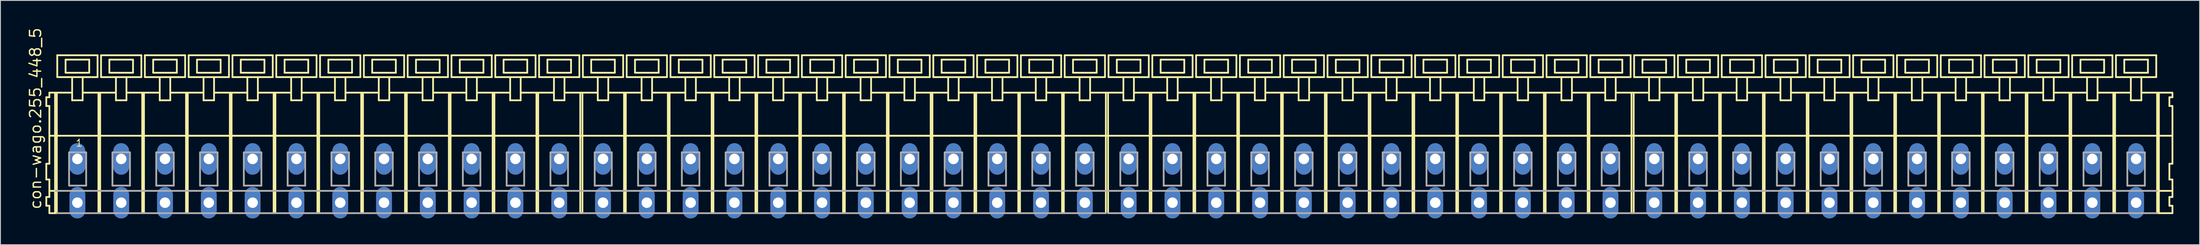
<source format=kicad_pcb>
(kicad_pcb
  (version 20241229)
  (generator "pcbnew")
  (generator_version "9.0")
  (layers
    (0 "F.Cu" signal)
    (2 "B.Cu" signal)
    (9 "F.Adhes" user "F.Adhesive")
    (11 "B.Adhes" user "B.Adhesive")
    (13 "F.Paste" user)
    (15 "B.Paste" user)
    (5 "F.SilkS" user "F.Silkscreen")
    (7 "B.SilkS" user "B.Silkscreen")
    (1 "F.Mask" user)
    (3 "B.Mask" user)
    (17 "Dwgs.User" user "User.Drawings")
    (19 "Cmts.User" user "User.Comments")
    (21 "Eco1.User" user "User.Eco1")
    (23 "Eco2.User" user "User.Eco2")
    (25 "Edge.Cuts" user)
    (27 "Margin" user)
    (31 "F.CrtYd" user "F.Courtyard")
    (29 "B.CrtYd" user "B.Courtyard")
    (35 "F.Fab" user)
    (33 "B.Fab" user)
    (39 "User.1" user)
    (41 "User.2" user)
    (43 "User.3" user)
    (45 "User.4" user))
  (footprint "con-wago.255_448_5"
    (layer "F.Cu")
    (at 123.285 15.114)
    (property "Reference" "con-wago.255_448_5" (at -121.535 5.855 90) (layer "F.SilkS") (effects (font (size 1.27 1.27) (thickness 0.16)) (justify left bottom)))
    (attr through_hole)
    (fp_line (start -121.05 -7.05) (end -121.05 -6.05) (stroke (width 0.203) (type default)) (layer "F.SilkS"))
    (fp_line (start -121.05 -6.05) (end -120.7 -6.05) (stroke (width 0.203) (type default)) (layer "F.SilkS"))
    (fp_line (start -121.05 0.55) (end -121.05 2.35) (stroke (width 0.203) (type default)) (layer "F.SilkS"))
    (fp_line (start -121.05 2.35) (end -120.7 2.35) (stroke (width 0.203) (type default)) (layer "F.SilkS"))
    (fp_line (start -121.05 4.35) (end -121.05 5.35) (stroke (width 0.203) (type default)) (layer "F.SilkS"))
    (fp_line (start -121.05 5.35) (end -120.7 5.35) (stroke (width 0.203) (type default)) (layer "F.SilkS"))
    (fp_line (start -120.7 -7.575) (end -120.7 -7.05) (stroke (width 0.203) (type default)) (layer "F.SilkS"))
    (fp_line (start -120.7 -7.575) (end -118.125 -7.575) (stroke (width 0.203) (type default)) (layer "F.SilkS"))
    (fp_line (start -120.7 -7.05) (end -121.05 -7.05) (stroke (width 0.203) (type default)) (layer "F.SilkS"))
    (fp_line (start -120.7 -6.05) (end -120.7 0.55) (stroke (width 0.203) (type default)) (layer "F.SilkS"))
    (fp_line (start -120.7 0.55) (end -121.05 0.55) (stroke (width 0.203) (type default)) (layer "F.SilkS"))
    (fp_line (start -120.7 2.35) (end -120.7 4.35) (stroke (width 0.203) (type default)) (layer "F.SilkS"))
    (fp_line (start -120.7 3.65) (end -120 3.65) (stroke (width 0.203) (type default)) (layer "F.SilkS"))
    (fp_line (start -120.7 4.35) (end -121.05 4.35) (stroke (width 0.203) (type default)) (layer "F.SilkS"))
    (fp_line (start -120.7 5.35) (end -120.7 6.2) (stroke (width 0.203) (type default)) (layer "F.SilkS"))
    (fp_line (start -120.7 6.2) (end -120.05 6.2) (stroke (width 0.203) (type default)) (layer "F.SilkS"))
    (fp_line (start -120.65 -2.65) (end -115.1 -2.65) (stroke (width 0.203) (type default)) (layer "F.SilkS"))
    (fp_line (start -120.05 -7.55) (end -120.05 6.2) (stroke (width 0.203) (type default)) (layer "F.SilkS"))
    (fp_line (start -120.05 6.2) (end -119.85 6.2) (stroke (width 0.203) (type default)) (layer "F.SilkS"))
    (fp_line (start -119.85 -7.55) (end -119.85 6.2) (stroke (width 0.203) (type default)) (layer "F.SilkS"))
    (fp_line (start -119.8 -11.85) (end -119.8 -9.35) (stroke (width 0.203) (type default)) (layer "F.SilkS"))
    (fp_line (start -119.8 -9.35) (end -118.1 -9.35) (stroke (width 0.203) (type default)) (layer "F.SilkS"))
    (fp_line (start -118.85 -11.35) (end -118.85 -9.85) (stroke (width 0.203) (type default)) (layer "F.SilkS"))
    (fp_line (start -118.85 -9.85) (end -116.15 -9.85) (stroke (width 0.203) (type default)) (layer "F.SilkS"))
    (fp_line (start -118.1 -9.35) (end -118.1 -6.7) (stroke (width 0.203) (type default)) (layer "F.SilkS"))
    (fp_line (start -118.1 -9.35) (end -116.9 -9.35) (stroke (width 0.203) (type default)) (layer "F.SilkS"))
    (fp_line (start -118.1 -6.7) (end -116.9 -6.7) (stroke (width 0.203) (type default)) (layer "F.SilkS"))
    (fp_line (start -116.9 -9.35) (end -115.2 -9.35) (stroke (width 0.203) (type default)) (layer "F.SilkS"))
    (fp_line (start -116.9 -6.7) (end -116.9 -9.35) (stroke (width 0.203) (type default)) (layer "F.SilkS"))
    (fp_line (start -116.825 -7.575) (end -113.125 -7.575) (stroke (width 0.203) (type default)) (layer "F.SilkS"))
    (fp_line (start -116.15 -11.35) (end -118.85 -11.35) (stroke (width 0.203) (type default)) (layer "F.SilkS"))
    (fp_line (start -116.15 -9.85) (end -116.15 -11.35) (stroke (width 0.203) (type default)) (layer "F.SilkS"))
    (fp_line (start -115.2 -11.85) (end -119.8 -11.85) (stroke (width 0.203) (type default)) (layer "F.SilkS"))
    (fp_line (start -115.2 -9.35) (end -115.2 -11.85) (stroke (width 0.203) (type default)) (layer "F.SilkS"))
    (fp_line (start -115.1 -7.55) (end -115.1 -2.65) (stroke (width 0.203) (type default)) (layer "F.SilkS"))
    (fp_line (start -115.1 -2.65) (end -115.1 6.2) (stroke (width 0.203) (type default)) (layer "F.SilkS"))
    (fp_line (start -114.9 -7.55) (end -114.9 -2.65) (stroke (width 0.203) (type default)) (layer "F.SilkS"))
    (fp_line (start -114.9 -2.65) (end -114.9 6.2) (stroke (width 0.203) (type default)) (layer "F.SilkS"))
    (fp_line (start -114.9 -2.65) (end -110.1 -2.65) (stroke (width 0.203) (type default)) (layer "F.SilkS"))
    (fp_line (start -114.8 -11.85) (end -114.8 -9.35) (stroke (width 0.203) (type default)) (layer "F.SilkS"))
    (fp_line (start -114.8 -9.35) (end -113.1 -9.35) (stroke (width 0.203) (type default)) (layer "F.SilkS"))
    (fp_line (start -113.85 -11.35) (end -113.85 -9.85) (stroke (width 0.203) (type default)) (layer "F.SilkS"))
    (fp_line (start -113.85 -9.85) (end -111.15 -9.85) (stroke (width 0.203) (type default)) (layer "F.SilkS"))
    (fp_line (start -113.1 -9.35) (end -113.1 -6.7) (stroke (width 0.203) (type default)) (layer "F.SilkS"))
    (fp_line (start -113.1 -9.35) (end -111.9 -9.35) (stroke (width 0.203) (type default)) (layer "F.SilkS"))
    (fp_line (start -113.1 -6.7) (end -111.9 -6.7) (stroke (width 0.203) (type default)) (layer "F.SilkS"))
    (fp_line (start -111.9 -9.35) (end -110.2 -9.35) (stroke (width 0.203) (type default)) (layer "F.SilkS"))
    (fp_line (start -111.9 -6.7) (end -111.9 -9.35) (stroke (width 0.203) (type default)) (layer "F.SilkS"))
    (fp_line (start -111.875 -7.575) (end -108.125 -7.575) (stroke (width 0.203) (type default)) (layer "F.SilkS"))
    (fp_line (start -111.15 -11.35) (end -113.85 -11.35) (stroke (width 0.203) (type default)) (layer "F.SilkS"))
    (fp_line (start -111.15 -9.85) (end -111.15 -11.35) (stroke (width 0.203) (type default)) (layer "F.SilkS"))
    (fp_line (start -110.2 -11.85) (end -114.8 -11.85) (stroke (width 0.203) (type default)) (layer "F.SilkS"))
    (fp_line (start -110.2 -9.35) (end -110.2 -11.85) (stroke (width 0.203) (type default)) (layer "F.SilkS"))
    (fp_line (start -110.1 -7.55) (end -110.1 -2.65) (stroke (width 0.203) (type default)) (layer "F.SilkS"))
    (fp_line (start -110.1 -2.65) (end -110.1 6.2) (stroke (width 0.203) (type default)) (layer "F.SilkS"))
    (fp_line (start -110.1 -2.65) (end -109.9 -2.65) (stroke (width 0.203) (type default)) (layer "F.SilkS"))
    (fp_line (start -109.9 -7.55) (end -109.9 -2.65) (stroke (width 0.203) (type default)) (layer "F.SilkS"))
    (fp_line (start -109.9 -2.65) (end -109.9 6.2) (stroke (width 0.203) (type default)) (layer "F.SilkS"))
    (fp_line (start -109.9 -2.65) (end -105.1 -2.65) (stroke (width 0.203) (type default)) (layer "F.SilkS"))
    (fp_line (start -109.8 -11.85) (end -109.8 -9.35) (stroke (width 0.203) (type default)) (layer "F.SilkS"))
    (fp_line (start -109.8 -9.35) (end -108.1 -9.35) (stroke (width 0.203) (type default)) (layer "F.SilkS"))
    (fp_line (start -108.85 -11.35) (end -108.85 -9.85) (stroke (width 0.203) (type default)) (layer "F.SilkS"))
    (fp_line (start -108.85 -9.85) (end -106.15 -9.85) (stroke (width 0.203) (type default)) (layer "F.SilkS"))
    (fp_line (start -108.1 -9.35) (end -108.1 -6.7) (stroke (width 0.203) (type default)) (layer "F.SilkS"))
    (fp_line (start -108.1 -9.35) (end -106.9 -9.35) (stroke (width 0.203) (type default)) (layer "F.SilkS"))
    (fp_line (start -108.1 -6.7) (end -106.9 -6.7) (stroke (width 0.203) (type default)) (layer "F.SilkS"))
    (fp_line (start -106.9 -9.35) (end -105.2 -9.35) (stroke (width 0.203) (type default)) (layer "F.SilkS"))
    (fp_line (start -106.9 -6.7) (end -106.9 -9.35) (stroke (width 0.203) (type default)) (layer "F.SilkS"))
    (fp_line (start -106.875 -7.575) (end -103.125 -7.575) (stroke (width 0.203) (type default)) (layer "F.SilkS"))
    (fp_line (start -106.15 -11.35) (end -108.85 -11.35) (stroke (width 0.203) (type default)) (layer "F.SilkS"))
    (fp_line (start -106.15 -9.85) (end -106.15 -11.35) (stroke (width 0.203) (type default)) (layer "F.SilkS"))
    (fp_line (start -105.2 -11.85) (end -109.8 -11.85) (stroke (width 0.203) (type default)) (layer "F.SilkS"))
    (fp_line (start -105.2 -9.35) (end -105.2 -11.85) (stroke (width 0.203) (type default)) (layer "F.SilkS"))
    (fp_line (start -105.1 -7.55) (end -105.1 -2.65) (stroke (width 0.203) (type default)) (layer "F.SilkS"))
    (fp_line (start -105.1 -2.65) (end -105.1 6.2) (stroke (width 0.203) (type default)) (layer "F.SilkS"))
    (fp_line (start -105.1 -2.65) (end -104.9 -2.65) (stroke (width 0.203) (type default)) (layer "F.SilkS"))
    (fp_line (start -105.1 -2.65) (end -60.1 -2.65) (stroke (width 0.203) (type default)) (layer "F.SilkS"))
    (fp_line (start -104.9 -7.55) (end -104.9 -2.65) (stroke (width 0.203) (type default)) (layer "F.SilkS"))
    (fp_line (start -104.9 -2.65) (end -104.9 6.2) (stroke (width 0.203) (type default)) (layer "F.SilkS"))
    (fp_line (start -104.9 -2.65) (end -100.1 -2.65) (stroke (width 0.203) (type default)) (layer "F.SilkS"))
    (fp_line (start -104.8 -11.85) (end -104.8 -9.35) (stroke (width 0.203) (type default)) (layer "F.SilkS"))
    (fp_line (start -104.8 -9.35) (end -103.1 -9.35) (stroke (width 0.203) (type default)) (layer "F.SilkS"))
    (fp_line (start -103.85 -11.35) (end -103.85 -9.85) (stroke (width 0.203) (type default)) (layer "F.SilkS"))
    (fp_line (start -103.85 -9.85) (end -101.15 -9.85) (stroke (width 0.203) (type default)) (layer "F.SilkS"))
    (fp_line (start -103.1 -9.35) (end -103.1 -6.7) (stroke (width 0.203) (type default)) (layer "F.SilkS"))
    (fp_line (start -103.1 -9.35) (end -101.9 -9.35) (stroke (width 0.203) (type default)) (layer "F.SilkS"))
    (fp_line (start -103.1 -6.7) (end -101.9 -6.7) (stroke (width 0.203) (type default)) (layer "F.SilkS"))
    (fp_line (start -101.9 -9.35) (end -100.2 -9.35) (stroke (width 0.203) (type default)) (layer "F.SilkS"))
    (fp_line (start -101.9 -6.7) (end -101.9 -9.35) (stroke (width 0.203) (type default)) (layer "F.SilkS"))
    (fp_line (start -101.875 -7.575) (end -98.125 -7.575) (stroke (width 0.203) (type default)) (layer "F.SilkS"))
    (fp_line (start -101.15 -11.35) (end -103.85 -11.35) (stroke (width 0.203) (type default)) (layer "F.SilkS"))
    (fp_line (start -101.15 -9.85) (end -101.15 -11.35) (stroke (width 0.203) (type default)) (layer "F.SilkS"))
    (fp_line (start -100.2 -11.85) (end -104.8 -11.85) (stroke (width 0.203) (type default)) (layer "F.SilkS"))
    (fp_line (start -100.2 -9.35) (end -100.2 -11.85) (stroke (width 0.203) (type default)) (layer "F.SilkS"))
    (fp_line (start -100.1 -7.55) (end -100.1 -2.65) (stroke (width 0.203) (type default)) (layer "F.SilkS"))
    (fp_line (start -100.1 -2.65) (end -100.1 6.2) (stroke (width 0.203) (type default)) (layer "F.SilkS"))
    (fp_line (start -100.1 -2.65) (end -99.9 -2.65) (stroke (width 0.203) (type default)) (layer "F.SilkS"))
    (fp_line (start -99.9 -7.55) (end -99.9 -2.65) (stroke (width 0.203) (type default)) (layer "F.SilkS"))
    (fp_line (start -99.9 -2.65) (end -99.9 6.2) (stroke (width 0.203) (type default)) (layer "F.SilkS"))
    (fp_line (start -99.9 -2.65) (end -95.1 -2.65) (stroke (width 0.203) (type default)) (layer "F.SilkS"))
    (fp_line (start -99.8 -11.85) (end -99.8 -9.35) (stroke (width 0.203) (type default)) (layer "F.SilkS"))
    (fp_line (start -99.8 -9.35) (end -98.1 -9.35) (stroke (width 0.203) (type default)) (layer "F.SilkS"))
    (fp_line (start -98.85 -11.35) (end -98.85 -9.85) (stroke (width 0.203) (type default)) (layer "F.SilkS"))
    (fp_line (start -98.85 -9.85) (end -96.15 -9.85) (stroke (width 0.203) (type default)) (layer "F.SilkS"))
    (fp_line (start -98.1 -9.35) (end -98.1 -6.7) (stroke (width 0.203) (type default)) (layer "F.SilkS"))
    (fp_line (start -98.1 -9.35) (end -96.9 -9.35) (stroke (width 0.203) (type default)) (layer "F.SilkS"))
    (fp_line (start -98.1 -6.7) (end -96.9 -6.7) (stroke (width 0.203) (type default)) (layer "F.SilkS"))
    (fp_line (start -96.9 -9.35) (end -95.2 -9.35) (stroke (width 0.203) (type default)) (layer "F.SilkS"))
    (fp_line (start -96.9 -6.7) (end -96.9 -9.35) (stroke (width 0.203) (type default)) (layer "F.SilkS"))
    (fp_line (start -96.875 -7.575) (end -93.125 -7.575) (stroke (width 0.203) (type default)) (layer "F.SilkS"))
    (fp_line (start -96.15 -11.35) (end -98.85 -11.35) (stroke (width 0.203) (type default)) (layer "F.SilkS"))
    (fp_line (start -96.15 -9.85) (end -96.15 -11.35) (stroke (width 0.203) (type default)) (layer "F.SilkS"))
    (fp_line (start -95.2 -11.85) (end -99.8 -11.85) (stroke (width 0.203) (type default)) (layer "F.SilkS"))
    (fp_line (start -95.2 -9.35) (end -95.2 -11.85) (stroke (width 0.203) (type default)) (layer "F.SilkS"))
    (fp_line (start -95.1 -7.55) (end -95.1 -2.65) (stroke (width 0.203) (type default)) (layer "F.SilkS"))
    (fp_line (start -95.1 -2.65) (end -95.1 6.2) (stroke (width 0.203) (type default)) (layer "F.SilkS"))
    (fp_line (start -95.1 -2.65) (end -94.9 -2.65) (stroke (width 0.203) (type default)) (layer "F.SilkS"))
    (fp_line (start -94.9 -7.55) (end -94.9 -2.65) (stroke (width 0.203) (type default)) (layer "F.SilkS"))
    (fp_line (start -94.9 -2.65) (end -94.9 6.2) (stroke (width 0.203) (type default)) (layer "F.SilkS"))
    (fp_line (start -94.9 -2.65) (end -90.1 -2.65) (stroke (width 0.203) (type default)) (layer "F.SilkS"))
    (fp_line (start -94.8 -11.85) (end -94.8 -9.35) (stroke (width 0.203) (type default)) (layer "F.SilkS"))
    (fp_line (start -94.8 -9.35) (end -93.1 -9.35) (stroke (width 0.203) (type default)) (layer "F.SilkS"))
    (fp_line (start -93.85 -11.35) (end -93.85 -9.85) (stroke (width 0.203) (type default)) (layer "F.SilkS"))
    (fp_line (start -93.85 -9.85) (end -91.15 -9.85) (stroke (width 0.203) (type default)) (layer "F.SilkS"))
    (fp_line (start -93.1 -9.35) (end -93.1 -6.7) (stroke (width 0.203) (type default)) (layer "F.SilkS"))
    (fp_line (start -93.1 -9.35) (end -91.9 -9.35) (stroke (width 0.203) (type default)) (layer "F.SilkS"))
    (fp_line (start -93.1 -6.7) (end -91.9 -6.7) (stroke (width 0.203) (type default)) (layer "F.SilkS"))
    (fp_line (start -91.9 -9.35) (end -90.2 -9.35) (stroke (width 0.203) (type default)) (layer "F.SilkS"))
    (fp_line (start -91.9 -6.7) (end -91.9 -9.35) (stroke (width 0.203) (type default)) (layer "F.SilkS"))
    (fp_line (start -91.875 -7.575) (end -88.125 -7.575) (stroke (width 0.203) (type default)) (layer "F.SilkS"))
    (fp_line (start -91.15 -11.35) (end -93.85 -11.35) (stroke (width 0.203) (type default)) (layer "F.SilkS"))
    (fp_line (start -91.15 -9.85) (end -91.15 -11.35) (stroke (width 0.203) (type default)) (layer "F.SilkS"))
    (fp_line (start -90.2 -11.85) (end -94.8 -11.85) (stroke (width 0.203) (type default)) (layer "F.SilkS"))
    (fp_line (start -90.2 -9.35) (end -90.2 -11.85) (stroke (width 0.203) (type default)) (layer "F.SilkS"))
    (fp_line (start -90.1 -7.55) (end -90.1 -2.65) (stroke (width 0.203) (type default)) (layer "F.SilkS"))
    (fp_line (start -90.1 -2.65) (end -90.1 6.2) (stroke (width 0.203) (type default)) (layer "F.SilkS"))
    (fp_line (start -90.1 -2.65) (end -89.9 -2.65) (stroke (width 0.203) (type default)) (layer "F.SilkS"))
    (fp_line (start -89.9 -7.55) (end -89.9 -2.65) (stroke (width 0.203) (type default)) (layer "F.SilkS"))
    (fp_line (start -89.9 -2.65) (end -89.9 6.2) (stroke (width 0.203) (type default)) (layer "F.SilkS"))
    (fp_line (start -89.9 -2.65) (end -85.1 -2.65) (stroke (width 0.203) (type default)) (layer "F.SilkS"))
    (fp_line (start -89.8 -11.85) (end -89.8 -9.35) (stroke (width 0.203) (type default)) (layer "F.SilkS"))
    (fp_line (start -89.8 -9.35) (end -88.1 -9.35) (stroke (width 0.203) (type default)) (layer "F.SilkS"))
    (fp_line (start -88.85 -11.35) (end -88.85 -9.85) (stroke (width 0.203) (type default)) (layer "F.SilkS"))
    (fp_line (start -88.85 -9.85) (end -86.15 -9.85) (stroke (width 0.203) (type default)) (layer "F.SilkS"))
    (fp_line (start -88.1 -9.35) (end -88.1 -6.7) (stroke (width 0.203) (type default)) (layer "F.SilkS"))
    (fp_line (start -88.1 -9.35) (end -86.9 -9.35) (stroke (width 0.203) (type default)) (layer "F.SilkS"))
    (fp_line (start -88.1 -6.7) (end -86.9 -6.7) (stroke (width 0.203) (type default)) (layer "F.SilkS"))
    (fp_line (start -86.9 -9.35) (end -85.2 -9.35) (stroke (width 0.203) (type default)) (layer "F.SilkS"))
    (fp_line (start -86.9 -6.7) (end -86.9 -9.35) (stroke (width 0.203) (type default)) (layer "F.SilkS"))
    (fp_line (start -86.875 -7.575) (end -83.125 -7.575) (stroke (width 0.203) (type default)) (layer "F.SilkS"))
    (fp_line (start -86.15 -11.35) (end -88.85 -11.35) (stroke (width 0.203) (type default)) (layer "F.SilkS"))
    (fp_line (start -86.15 -9.85) (end -86.15 -11.35) (stroke (width 0.203) (type default)) (layer "F.SilkS"))
    (fp_line (start -85.2 -11.85) (end -89.8 -11.85) (stroke (width 0.203) (type default)) (layer "F.SilkS"))
    (fp_line (start -85.2 -9.35) (end -85.2 -11.85) (stroke (width 0.203) (type default)) (layer "F.SilkS"))
    (fp_line (start -85.1 -7.55) (end -85.1 -2.65) (stroke (width 0.203) (type default)) (layer "F.SilkS"))
    (fp_line (start -85.1 -2.65) (end -85.1 6.2) (stroke (width 0.203) (type default)) (layer "F.SilkS"))
    (fp_line (start -85.1 -2.65) (end -84.9 -2.65) (stroke (width 0.203) (type default)) (layer "F.SilkS"))
    (fp_line (start -84.9 -7.55) (end -84.9 -2.65) (stroke (width 0.203) (type default)) (layer "F.SilkS"))
    (fp_line (start -84.9 -2.65) (end -84.9 6.2) (stroke (width 0.203) (type default)) (layer "F.SilkS"))
    (fp_line (start -84.9 -2.65) (end -80.1 -2.65) (stroke (width 0.203) (type default)) (layer "F.SilkS"))
    (fp_line (start -84.8 -11.85) (end -84.8 -9.35) (stroke (width 0.203) (type default)) (layer "F.SilkS"))
    (fp_line (start -84.8 -9.35) (end -83.1 -9.35) (stroke (width 0.203) (type default)) (layer "F.SilkS"))
    (fp_line (start -83.85 -11.35) (end -83.85 -9.85) (stroke (width 0.203) (type default)) (layer "F.SilkS"))
    (fp_line (start -83.85 -9.85) (end -81.15 -9.85) (stroke (width 0.203) (type default)) (layer "F.SilkS"))
    (fp_line (start -83.1 -9.35) (end -83.1 -6.7) (stroke (width 0.203) (type default)) (layer "F.SilkS"))
    (fp_line (start -83.1 -9.35) (end -81.9 -9.35) (stroke (width 0.203) (type default)) (layer "F.SilkS"))
    (fp_line (start -83.1 -6.7) (end -81.9 -6.7) (stroke (width 0.203) (type default)) (layer "F.SilkS"))
    (fp_line (start -81.9 -9.35) (end -80.2 -9.35) (stroke (width 0.203) (type default)) (layer "F.SilkS"))
    (fp_line (start -81.9 -6.7) (end -81.9 -9.35) (stroke (width 0.203) (type default)) (layer "F.SilkS"))
    (fp_line (start -81.875 -7.575) (end -78.125 -7.575) (stroke (width 0.203) (type default)) (layer "F.SilkS"))
    (fp_line (start -81.15 -11.35) (end -83.85 -11.35) (stroke (width 0.203) (type default)) (layer "F.SilkS"))
    (fp_line (start -81.15 -9.85) (end -81.15 -11.35) (stroke (width 0.203) (type default)) (layer "F.SilkS"))
    (fp_line (start -80.2 -11.85) (end -84.8 -11.85) (stroke (width 0.203) (type default)) (layer "F.SilkS"))
    (fp_line (start -80.2 -9.35) (end -80.2 -11.85) (stroke (width 0.203) (type default)) (layer "F.SilkS"))
    (fp_line (start -80.1 -7.55) (end -80.1 -2.65) (stroke (width 0.203) (type default)) (layer "F.SilkS"))
    (fp_line (start -80.1 -2.65) (end -80.1 6.2) (stroke (width 0.203) (type default)) (layer "F.SilkS"))
    (fp_line (start -80.1 -2.65) (end -79.9 -2.65) (stroke (width 0.203) (type default)) (layer "F.SilkS"))
    (fp_line (start -79.9 -7.55) (end -79.9 -2.65) (stroke (width 0.203) (type default)) (layer "F.SilkS"))
    (fp_line (start -79.9 -2.65) (end -79.9 6.2) (stroke (width 0.203) (type default)) (layer "F.SilkS"))
    (fp_line (start -79.9 -2.65) (end -75.1 -2.65) (stroke (width 0.203) (type default)) (layer "F.SilkS"))
    (fp_line (start -79.8 -11.85) (end -79.8 -9.35) (stroke (width 0.203) (type default)) (layer "F.SilkS"))
    (fp_line (start -79.8 -9.35) (end -78.1 -9.35) (stroke (width 0.203) (type default)) (layer "F.SilkS"))
    (fp_line (start -78.85 -11.35) (end -78.85 -9.85) (stroke (width 0.203) (type default)) (layer "F.SilkS"))
    (fp_line (start -78.85 -9.85) (end -76.15 -9.85) (stroke (width 0.203) (type default)) (layer "F.SilkS"))
    (fp_line (start -78.1 -9.35) (end -78.1 -6.7) (stroke (width 0.203) (type default)) (layer "F.SilkS"))
    (fp_line (start -78.1 -9.35) (end -76.9 -9.35) (stroke (width 0.203) (type default)) (layer "F.SilkS"))
    (fp_line (start -78.1 -6.7) (end -76.9 -6.7) (stroke (width 0.203) (type default)) (layer "F.SilkS"))
    (fp_line (start -76.9 -9.35) (end -75.2 -9.35) (stroke (width 0.203) (type default)) (layer "F.SilkS"))
    (fp_line (start -76.9 -6.7) (end -76.9 -9.35) (stroke (width 0.203) (type default)) (layer "F.SilkS"))
    (fp_line (start -76.875 -7.575) (end -73.125 -7.575) (stroke (width 0.203) (type default)) (layer "F.SilkS"))
    (fp_line (start -76.15 -11.35) (end -78.85 -11.35) (stroke (width 0.203) (type default)) (layer "F.SilkS"))
    (fp_line (start -76.15 -9.85) (end -76.15 -11.35) (stroke (width 0.203) (type default)) (layer "F.SilkS"))
    (fp_line (start -75.2 -11.85) (end -79.8 -11.85) (stroke (width 0.203) (type default)) (layer "F.SilkS"))
    (fp_line (start -75.2 -9.35) (end -75.2 -11.85) (stroke (width 0.203) (type default)) (layer "F.SilkS"))
    (fp_line (start -75.1 -7.55) (end -75.1 -2.65) (stroke (width 0.203) (type default)) (layer "F.SilkS"))
    (fp_line (start -75.1 -2.65) (end -75.1 6.2) (stroke (width 0.203) (type default)) (layer "F.SilkS"))
    (fp_line (start -75.1 -2.65) (end -74.9 -2.65) (stroke (width 0.203) (type default)) (layer "F.SilkS"))
    (fp_line (start -74.9 -7.55) (end -74.9 -2.65) (stroke (width 0.203) (type default)) (layer "F.SilkS"))
    (fp_line (start -74.9 -2.65) (end -74.9 6.2) (stroke (width 0.203) (type default)) (layer "F.SilkS"))
    (fp_line (start -74.9 -2.65) (end -70.1 -2.65) (stroke (width 0.203) (type default)) (layer "F.SilkS"))
    (fp_line (start -74.8 -11.85) (end -74.8 -9.35) (stroke (width 0.203) (type default)) (layer "F.SilkS"))
    (fp_line (start -74.8 -9.35) (end -73.1 -9.35) (stroke (width 0.203) (type default)) (layer "F.SilkS"))
    (fp_line (start -73.85 -11.35) (end -73.85 -9.85) (stroke (width 0.203) (type default)) (layer "F.SilkS"))
    (fp_line (start -73.85 -9.85) (end -71.15 -9.85) (stroke (width 0.203) (type default)) (layer "F.SilkS"))
    (fp_line (start -73.1 -9.35) (end -73.1 -6.7) (stroke (width 0.203) (type default)) (layer "F.SilkS"))
    (fp_line (start -73.1 -9.35) (end -71.9 -9.35) (stroke (width 0.203) (type default)) (layer "F.SilkS"))
    (fp_line (start -73.1 -6.7) (end -71.9 -6.7) (stroke (width 0.203) (type default)) (layer "F.SilkS"))
    (fp_line (start -71.9 -9.35) (end -70.2 -9.35) (stroke (width 0.203) (type default)) (layer "F.SilkS"))
    (fp_line (start -71.9 -6.7) (end -71.9 -9.35) (stroke (width 0.203) (type default)) (layer "F.SilkS"))
    (fp_line (start -71.875 -7.575) (end -68.125 -7.575) (stroke (width 0.203) (type default)) (layer "F.SilkS"))
    (fp_line (start -71.15 -11.35) (end -73.85 -11.35) (stroke (width 0.203) (type default)) (layer "F.SilkS"))
    (fp_line (start -71.15 -9.85) (end -71.15 -11.35) (stroke (width 0.203) (type default)) (layer "F.SilkS"))
    (fp_line (start -70.2 -11.85) (end -74.8 -11.85) (stroke (width 0.203) (type default)) (layer "F.SilkS"))
    (fp_line (start -70.2 -9.35) (end -70.2 -11.85) (stroke (width 0.203) (type default)) (layer "F.SilkS"))
    (fp_line (start -70.1 -7.55) (end -70.1 -2.65) (stroke (width 0.203) (type default)) (layer "F.SilkS"))
    (fp_line (start -70.1 -2.65) (end -70.1 6.2) (stroke (width 0.203) (type default)) (layer "F.SilkS"))
    (fp_line (start -70.1 -2.65) (end -69.9 -2.65) (stroke (width 0.203) (type default)) (layer "F.SilkS"))
    (fp_line (start -69.9 -7.55) (end -69.9 -2.65) (stroke (width 0.203) (type default)) (layer "F.SilkS"))
    (fp_line (start -69.9 -2.65) (end -69.9 6.2) (stroke (width 0.203) (type default)) (layer "F.SilkS"))
    (fp_line (start -69.9 -2.65) (end -65.1 -2.65) (stroke (width 0.203) (type default)) (layer "F.SilkS"))
    (fp_line (start -69.8 -11.85) (end -69.8 -9.35) (stroke (width 0.203) (type default)) (layer "F.SilkS"))
    (fp_line (start -69.8 -9.35) (end -68.1 -9.35) (stroke (width 0.203) (type default)) (layer "F.SilkS"))
    (fp_line (start -68.85 -11.35) (end -68.85 -9.85) (stroke (width 0.203) (type default)) (layer "F.SilkS"))
    (fp_line (start -68.85 -9.85) (end -66.15 -9.85) (stroke (width 0.203) (type default)) (layer "F.SilkS"))
    (fp_line (start -68.1 -9.35) (end -68.1 -6.7) (stroke (width 0.203) (type default)) (layer "F.SilkS"))
    (fp_line (start -68.1 -9.35) (end -66.9 -9.35) (stroke (width 0.203) (type default)) (layer "F.SilkS"))
    (fp_line (start -68.1 -6.7) (end -66.9 -6.7) (stroke (width 0.203) (type default)) (layer "F.SilkS"))
    (fp_line (start -66.9 -9.35) (end -65.2 -9.35) (stroke (width 0.203) (type default)) (layer "F.SilkS"))
    (fp_line (start -66.9 -6.7) (end -66.9 -9.35) (stroke (width 0.203) (type default)) (layer "F.SilkS"))
    (fp_line (start -66.875 -7.575) (end -63.125 -7.575) (stroke (width 0.203) (type default)) (layer "F.SilkS"))
    (fp_line (start -66.15 -11.35) (end -68.85 -11.35) (stroke (width 0.203) (type default)) (layer "F.SilkS"))
    (fp_line (start -66.15 -9.85) (end -66.15 -11.35) (stroke (width 0.203) (type default)) (layer "F.SilkS"))
    (fp_line (start -65.2 -11.85) (end -69.8 -11.85) (stroke (width 0.203) (type default)) (layer "F.SilkS"))
    (fp_line (start -65.2 -9.35) (end -65.2 -11.85) (stroke (width 0.203) (type default)) (layer "F.SilkS"))
    (fp_line (start -65.1 -7.55) (end -65.1 -2.65) (stroke (width 0.203) (type default)) (layer "F.SilkS"))
    (fp_line (start -65.1 -2.65) (end -65.1 6.2) (stroke (width 0.203) (type default)) (layer "F.SilkS"))
    (fp_line (start -65.1 -2.65) (end -64.9 -2.65) (stroke (width 0.203) (type default)) (layer "F.SilkS"))
    (fp_line (start -64.9 -7.55) (end -64.9 -2.65) (stroke (width 0.203) (type default)) (layer "F.SilkS"))
    (fp_line (start -64.9 -2.65) (end -64.9 6.2) (stroke (width 0.203) (type default)) (layer "F.SilkS"))
    (fp_line (start -64.8 -11.85) (end -64.8 -9.35) (stroke (width 0.203) (type default)) (layer "F.SilkS"))
    (fp_line (start -64.8 -9.35) (end -63.1 -9.35) (stroke (width 0.203) (type default)) (layer "F.SilkS"))
    (fp_line (start -63.85 -11.35) (end -63.85 -9.85) (stroke (width 0.203) (type default)) (layer "F.SilkS"))
    (fp_line (start -63.85 -9.85) (end -61.15 -9.85) (stroke (width 0.203) (type default)) (layer "F.SilkS"))
    (fp_line (start -63.1 -9.35) (end -63.1 -6.7) (stroke (width 0.203) (type default)) (layer "F.SilkS"))
    (fp_line (start -63.1 -9.35) (end -61.9 -9.35) (stroke (width 0.203) (type default)) (layer "F.SilkS"))
    (fp_line (start -63.1 -6.7) (end -61.9 -6.7) (stroke (width 0.203) (type default)) (layer "F.SilkS"))
    (fp_line (start -61.9 -9.35) (end -60.2 -9.35) (stroke (width 0.203) (type default)) (layer "F.SilkS"))
    (fp_line (start -61.9 -6.7) (end -61.9 -9.35) (stroke (width 0.203) (type default)) (layer "F.SilkS"))
    (fp_line (start -61.875 -7.575) (end -58.175 -7.575) (stroke (width 0.203) (type default)) (layer "F.SilkS"))
    (fp_line (start -61.15 -11.35) (end -63.85 -11.35) (stroke (width 0.203) (type default)) (layer "F.SilkS"))
    (fp_line (start -61.15 -9.85) (end -61.15 -11.35) (stroke (width 0.203) (type default)) (layer "F.SilkS"))
    (fp_line (start -60.2 -11.85) (end -64.8 -11.85) (stroke (width 0.203) (type default)) (layer "F.SilkS"))
    (fp_line (start -60.2 -9.35) (end -60.2 -11.85) (stroke (width 0.203) (type default)) (layer "F.SilkS"))
    (fp_line (start -60.1 -7.55) (end -60.1 -2.65) (stroke (width 0.203) (type default)) (layer "F.SilkS"))
    (fp_line (start -60.1 -2.65) (end -60.1 6.2) (stroke (width 0.203) (type default)) (layer "F.SilkS"))
    (fp_line (start -60.1 -2.65) (end -59.9 -2.65) (stroke (width 0.203) (type default)) (layer "F.SilkS"))
    (fp_line (start -60.1 6.2) (end -59.9 6.2) (stroke (width 0.203) (type default)) (layer "F.SilkS"))
    (fp_line (start -59.85 -7.55) (end -59.85 -2.65) (stroke (width 0.203) (type default)) (layer "F.SilkS"))
    (fp_line (start -59.85 -2.65) (end -59.85 6.2) (stroke (width 0.203) (type default)) (layer "F.SilkS"))
    (fp_line (start -59.85 -2.65) (end -55.1 -2.65) (stroke (width 0.203) (type default)) (layer "F.SilkS"))
    (fp_line (start -59.8 -11.85) (end -59.8 -9.35) (stroke (width 0.203) (type default)) (layer "F.SilkS"))
    (fp_line (start -59.8 -9.35) (end -58.1 -9.35) (stroke (width 0.203) (type default)) (layer "F.SilkS"))
    (fp_line (start -58.85 -11.35) (end -58.85 -9.85) (stroke (width 0.203) (type default)) (layer "F.SilkS"))
    (fp_line (start -58.85 -9.85) (end -56.15 -9.85) (stroke (width 0.203) (type default)) (layer "F.SilkS"))
    (fp_line (start -58.1 -9.35) (end -58.1 -6.7) (stroke (width 0.203) (type default)) (layer "F.SilkS"))
    (fp_line (start -58.1 -9.35) (end -56.9 -9.35) (stroke (width 0.203) (type default)) (layer "F.SilkS"))
    (fp_line (start -58.1 -6.7) (end -56.9 -6.7) (stroke (width 0.203) (type default)) (layer "F.SilkS"))
    (fp_line (start -56.9 -9.35) (end -55.2 -9.35) (stroke (width 0.203) (type default)) (layer "F.SilkS"))
    (fp_line (start -56.9 -6.7) (end -56.9 -9.35) (stroke (width 0.203) (type default)) (layer "F.SilkS"))
    (fp_line (start -56.825 -7.575) (end -53.125 -7.575) (stroke (width 0.203) (type default)) (layer "F.SilkS"))
    (fp_line (start -56.15 -11.35) (end -58.85 -11.35) (stroke (width 0.203) (type default)) (layer "F.SilkS"))
    (fp_line (start -56.15 -9.85) (end -56.15 -11.35) (stroke (width 0.203) (type default)) (layer "F.SilkS"))
    (fp_line (start -55.2 -11.85) (end -59.8 -11.85) (stroke (width 0.203) (type default)) (layer "F.SilkS"))
    (fp_line (start -55.2 -9.35) (end -55.2 -11.85) (stroke (width 0.203) (type default)) (layer "F.SilkS"))
    (fp_line (start -55.1 -7.55) (end -55.1 -2.65) (stroke (width 0.203) (type default)) (layer "F.SilkS"))
    (fp_line (start -55.1 -2.65) (end -55.1 6.2) (stroke (width 0.203) (type default)) (layer "F.SilkS"))
    (fp_line (start -54.9 -7.55) (end -54.9 -2.65) (stroke (width 0.203) (type default)) (layer "F.SilkS"))
    (fp_line (start -54.9 -2.65) (end -54.9 6.2) (stroke (width 0.203) (type default)) (layer "F.SilkS"))
    (fp_line (start -54.9 -2.65) (end -50.1 -2.65) (stroke (width 0.203) (type default)) (layer "F.SilkS"))
    (fp_line (start -54.8 -11.85) (end -54.8 -9.35) (stroke (width 0.203) (type default)) (layer "F.SilkS"))
    (fp_line (start -54.8 -9.35) (end -53.1 -9.35) (stroke (width 0.203) (type default)) (layer "F.SilkS"))
    (fp_line (start -53.85 -11.35) (end -53.85 -9.85) (stroke (width 0.203) (type default)) (layer "F.SilkS"))
    (fp_line (start -53.85 -9.85) (end -51.15 -9.85) (stroke (width 0.203) (type default)) (layer "F.SilkS"))
    (fp_line (start -53.1 -9.35) (end -53.1 -6.7) (stroke (width 0.203) (type default)) (layer "F.SilkS"))
    (fp_line (start -53.1 -9.35) (end -51.9 -9.35) (stroke (width 0.203) (type default)) (layer "F.SilkS"))
    (fp_line (start -53.1 -6.7) (end -51.9 -6.7) (stroke (width 0.203) (type default)) (layer "F.SilkS"))
    (fp_line (start -51.9 -9.35) (end -50.2 -9.35) (stroke (width 0.203) (type default)) (layer "F.SilkS"))
    (fp_line (start -51.9 -6.7) (end -51.9 -9.35) (stroke (width 0.203) (type default)) (layer "F.SilkS"))
    (fp_line (start -51.875 -7.575) (end -48.125 -7.575) (stroke (width 0.203) (type default)) (layer "F.SilkS"))
    (fp_line (start -51.15 -11.35) (end -53.85 -11.35) (stroke (width 0.203) (type default)) (layer "F.SilkS"))
    (fp_line (start -51.15 -9.85) (end -51.15 -11.35) (stroke (width 0.203) (type default)) (layer "F.SilkS"))
    (fp_line (start -50.2 -11.85) (end -54.8 -11.85) (stroke (width 0.203) (type default)) (layer "F.SilkS"))
    (fp_line (start -50.2 -9.35) (end -50.2 -11.85) (stroke (width 0.203) (type default)) (layer "F.SilkS"))
    (fp_line (start -50.1 -7.55) (end -50.1 -2.65) (stroke (width 0.203) (type default)) (layer "F.SilkS"))
    (fp_line (start -50.1 -2.65) (end -50.1 6.2) (stroke (width 0.203) (type default)) (layer "F.SilkS"))
    (fp_line (start -50.1 -2.65) (end -49.9 -2.65) (stroke (width 0.203) (type default)) (layer "F.SilkS"))
    (fp_line (start -49.9 -7.55) (end -49.9 -2.65) (stroke (width 0.203) (type default)) (layer "F.SilkS"))
    (fp_line (start -49.9 -2.65) (end -49.9 6.2) (stroke (width 0.203) (type default)) (layer "F.SilkS"))
    (fp_line (start -49.9 -2.65) (end -45.1 -2.65) (stroke (width 0.203) (type default)) (layer "F.SilkS"))
    (fp_line (start -49.8 -11.85) (end -49.8 -9.35) (stroke (width 0.203) (type default)) (layer "F.SilkS"))
    (fp_line (start -49.8 -9.35) (end -48.1 -9.35) (stroke (width 0.203) (type default)) (layer "F.SilkS"))
    (fp_line (start -48.85 -11.35) (end -48.85 -9.85) (stroke (width 0.203) (type default)) (layer "F.SilkS"))
    (fp_line (start -48.85 -9.85) (end -46.15 -9.85) (stroke (width 0.203) (type default)) (layer "F.SilkS"))
    (fp_line (start -48.1 -9.35) (end -48.1 -6.7) (stroke (width 0.203) (type default)) (layer "F.SilkS"))
    (fp_line (start -48.1 -9.35) (end -46.9 -9.35) (stroke (width 0.203) (type default)) (layer "F.SilkS"))
    (fp_line (start -48.1 -6.7) (end -46.9 -6.7) (stroke (width 0.203) (type default)) (layer "F.SilkS"))
    (fp_line (start -46.9 -9.35) (end -45.2 -9.35) (stroke (width 0.203) (type default)) (layer "F.SilkS"))
    (fp_line (start -46.9 -6.7) (end -46.9 -9.35) (stroke (width 0.203) (type default)) (layer "F.SilkS"))
    (fp_line (start -46.875 -7.575) (end -43.125 -7.575) (stroke (width 0.203) (type default)) (layer "F.SilkS"))
    (fp_line (start -46.15 -11.35) (end -48.85 -11.35) (stroke (width 0.203) (type default)) (layer "F.SilkS"))
    (fp_line (start -46.15 -9.85) (end -46.15 -11.35) (stroke (width 0.203) (type default)) (layer "F.SilkS"))
    (fp_line (start -45.2 -11.85) (end -49.8 -11.85) (stroke (width 0.203) (type default)) (layer "F.SilkS"))
    (fp_line (start -45.2 -9.35) (end -45.2 -11.85) (stroke (width 0.203) (type default)) (layer "F.SilkS"))
    (fp_line (start -45.1 -7.55) (end -45.1 -2.65) (stroke (width 0.203) (type default)) (layer "F.SilkS"))
    (fp_line (start -45.1 -2.65) (end -45.1 6.2) (stroke (width 0.203) (type default)) (layer "F.SilkS"))
    (fp_line (start -45.1 -2.65) (end -44.9 -2.65) (stroke (width 0.203) (type default)) (layer "F.SilkS"))
    (fp_line (start -45.1 -2.65) (end -0.1 -2.65) (stroke (width 0.203) (type default)) (layer "F.SilkS"))
    (fp_line (start -44.9 -7.55) (end -44.9 -2.65) (stroke (width 0.203) (type default)) (layer "F.SilkS"))
    (fp_line (start -44.9 -2.65) (end -44.9 6.2) (stroke (width 0.203) (type default)) (layer "F.SilkS"))
    (fp_line (start -44.9 -2.65) (end -40.1 -2.65) (stroke (width 0.203) (type default)) (layer "F.SilkS"))
    (fp_line (start -44.8 -11.85) (end -44.8 -9.35) (stroke (width 0.203) (type default)) (layer "F.SilkS"))
    (fp_line (start -44.8 -9.35) (end -43.1 -9.35) (stroke (width 0.203) (type default)) (layer "F.SilkS"))
    (fp_line (start -43.85 -11.35) (end -43.85 -9.85) (stroke (width 0.203) (type default)) (layer "F.SilkS"))
    (fp_line (start -43.85 -9.85) (end -41.15 -9.85) (stroke (width 0.203) (type default)) (layer "F.SilkS"))
    (fp_line (start -43.1 -9.35) (end -43.1 -6.7) (stroke (width 0.203) (type default)) (layer "F.SilkS"))
    (fp_line (start -43.1 -9.35) (end -41.9 -9.35) (stroke (width 0.203) (type default)) (layer "F.SilkS"))
    (fp_line (start -43.1 -6.7) (end -41.9 -6.7) (stroke (width 0.203) (type default)) (layer "F.SilkS"))
    (fp_line (start -41.9 -9.35) (end -40.2 -9.35) (stroke (width 0.203) (type default)) (layer "F.SilkS"))
    (fp_line (start -41.9 -6.7) (end -41.9 -9.35) (stroke (width 0.203) (type default)) (layer "F.SilkS"))
    (fp_line (start -41.875 -7.575) (end -38.125 -7.575) (stroke (width 0.203) (type default)) (layer "F.SilkS"))
    (fp_line (start -41.15 -11.35) (end -43.85 -11.35) (stroke (width 0.203) (type default)) (layer "F.SilkS"))
    (fp_line (start -41.15 -9.85) (end -41.15 -11.35) (stroke (width 0.203) (type default)) (layer "F.SilkS"))
    (fp_line (start -40.2 -11.85) (end -44.8 -11.85) (stroke (width 0.203) (type default)) (layer "F.SilkS"))
    (fp_line (start -40.2 -9.35) (end -40.2 -11.85) (stroke (width 0.203) (type default)) (layer "F.SilkS"))
    (fp_line (start -40.1 -7.55) (end -40.1 -2.65) (stroke (width 0.203) (type default)) (layer "F.SilkS"))
    (fp_line (start -40.1 -2.65) (end -40.1 6.2) (stroke (width 0.203) (type default)) (layer "F.SilkS"))
    (fp_line (start -40.1 -2.65) (end -39.9 -2.65) (stroke (width 0.203) (type default)) (layer "F.SilkS"))
    (fp_line (start -39.9 -7.55) (end -39.9 -2.65) (stroke (width 0.203) (type default)) (layer "F.SilkS"))
    (fp_line (start -39.9 -2.65) (end -39.9 6.2) (stroke (width 0.203) (type default)) (layer "F.SilkS"))
    (fp_line (start -39.9 -2.65) (end -35.1 -2.65) (stroke (width 0.203) (type default)) (layer "F.SilkS"))
    (fp_line (start -39.8 -11.85) (end -39.8 -9.35) (stroke (width 0.203) (type default)) (layer "F.SilkS"))
    (fp_line (start -39.8 -9.35) (end -38.1 -9.35) (stroke (width 0.203) (type default)) (layer "F.SilkS"))
    (fp_line (start -38.85 -11.35) (end -38.85 -9.85) (stroke (width 0.203) (type default)) (layer "F.SilkS"))
    (fp_line (start -38.85 -9.85) (end -36.15 -9.85) (stroke (width 0.203) (type default)) (layer "F.SilkS"))
    (fp_line (start -38.1 -9.35) (end -38.1 -6.7) (stroke (width 0.203) (type default)) (layer "F.SilkS"))
    (fp_line (start -38.1 -9.35) (end -36.9 -9.35) (stroke (width 0.203) (type default)) (layer "F.SilkS"))
    (fp_line (start -38.1 -6.7) (end -36.9 -6.7) (stroke (width 0.203) (type default)) (layer "F.SilkS"))
    (fp_line (start -36.9 -9.35) (end -35.2 -9.35) (stroke (width 0.203) (type default)) (layer "F.SilkS"))
    (fp_line (start -36.9 -6.7) (end -36.9 -9.35) (stroke (width 0.203) (type default)) (layer "F.SilkS"))
    (fp_line (start -36.875 -7.575) (end -33.125 -7.575) (stroke (width 0.203) (type default)) (layer "F.SilkS"))
    (fp_line (start -36.15 -11.35) (end -38.85 -11.35) (stroke (width 0.203) (type default)) (layer "F.SilkS"))
    (fp_line (start -36.15 -9.85) (end -36.15 -11.35) (stroke (width 0.203) (type default)) (layer "F.SilkS"))
    (fp_line (start -35.2 -11.85) (end -39.8 -11.85) (stroke (width 0.203) (type default)) (layer "F.SilkS"))
    (fp_line (start -35.2 -9.35) (end -35.2 -11.85) (stroke (width 0.203) (type default)) (layer "F.SilkS"))
    (fp_line (start -35.1 -7.55) (end -35.1 -2.65) (stroke (width 0.203) (type default)) (layer "F.SilkS"))
    (fp_line (start -35.1 -2.65) (end -35.1 6.2) (stroke (width 0.203) (type default)) (layer "F.SilkS"))
    (fp_line (start -35.1 -2.65) (end -34.9 -2.65) (stroke (width 0.203) (type default)) (layer "F.SilkS"))
    (fp_line (start -34.9 -7.55) (end -34.9 -2.65) (stroke (width 0.203) (type default)) (layer "F.SilkS"))
    (fp_line (start -34.9 -2.65) (end -34.9 6.2) (stroke (width 0.203) (type default)) (layer "F.SilkS"))
    (fp_line (start -34.9 -2.65) (end -30.1 -2.65) (stroke (width 0.203) (type default)) (layer "F.SilkS"))
    (fp_line (start -34.8 -11.85) (end -34.8 -9.35) (stroke (width 0.203) (type default)) (layer "F.SilkS"))
    (fp_line (start -34.8 -9.35) (end -33.1 -9.35) (stroke (width 0.203) (type default)) (layer "F.SilkS"))
    (fp_line (start -33.85 -11.35) (end -33.85 -9.85) (stroke (width 0.203) (type default)) (layer "F.SilkS"))
    (fp_line (start -33.85 -9.85) (end -31.15 -9.85) (stroke (width 0.203) (type default)) (layer "F.SilkS"))
    (fp_line (start -33.1 -9.35) (end -33.1 -6.7) (stroke (width 0.203) (type default)) (layer "F.SilkS"))
    (fp_line (start -33.1 -9.35) (end -31.9 -9.35) (stroke (width 0.203) (type default)) (layer "F.SilkS"))
    (fp_line (start -33.1 -6.7) (end -31.9 -6.7) (stroke (width 0.203) (type default)) (layer "F.SilkS"))
    (fp_line (start -31.9 -9.35) (end -30.2 -9.35) (stroke (width 0.203) (type default)) (layer "F.SilkS"))
    (fp_line (start -31.9 -6.7) (end -31.9 -9.35) (stroke (width 0.203) (type default)) (layer "F.SilkS"))
    (fp_line (start -31.875 -7.575) (end -28.125 -7.575) (stroke (width 0.203) (type default)) (layer "F.SilkS"))
    (fp_line (start -31.15 -11.35) (end -33.85 -11.35) (stroke (width 0.203) (type default)) (layer "F.SilkS"))
    (fp_line (start -31.15 -9.85) (end -31.15 -11.35) (stroke (width 0.203) (type default)) (layer "F.SilkS"))
    (fp_line (start -30.2 -11.85) (end -34.8 -11.85) (stroke (width 0.203) (type default)) (layer "F.SilkS"))
    (fp_line (start -30.2 -9.35) (end -30.2 -11.85) (stroke (width 0.203) (type default)) (layer "F.SilkS"))
    (fp_line (start -30.1 -7.55) (end -30.1 -2.65) (stroke (width 0.203) (type default)) (layer "F.SilkS"))
    (fp_line (start -30.1 -2.65) (end -30.1 6.2) (stroke (width 0.203) (type default)) (layer "F.SilkS"))
    (fp_line (start -30.1 -2.65) (end -29.9 -2.65) (stroke (width 0.203) (type default)) (layer "F.SilkS"))
    (fp_line (start -29.9 -7.55) (end -29.9 -2.65) (stroke (width 0.203) (type default)) (layer "F.SilkS"))
    (fp_line (start -29.9 -2.65) (end -29.9 6.2) (stroke (width 0.203) (type default)) (layer "F.SilkS"))
    (fp_line (start -29.9 -2.65) (end -25.1 -2.65) (stroke (width 0.203) (type default)) (layer "F.SilkS"))
    (fp_line (start -29.8 -11.85) (end -29.8 -9.35) (stroke (width 0.203) (type default)) (layer "F.SilkS"))
    (fp_line (start -29.8 -9.35) (end -28.1 -9.35) (stroke (width 0.203) (type default)) (layer "F.SilkS"))
    (fp_line (start -28.85 -11.35) (end -28.85 -9.85) (stroke (width 0.203) (type default)) (layer "F.SilkS"))
    (fp_line (start -28.85 -9.85) (end -26.15 -9.85) (stroke (width 0.203) (type default)) (layer "F.SilkS"))
    (fp_line (start -28.1 -9.35) (end -28.1 -6.7) (stroke (width 0.203) (type default)) (layer "F.SilkS"))
    (fp_line (start -28.1 -9.35) (end -26.9 -9.35) (stroke (width 0.203) (type default)) (layer "F.SilkS"))
    (fp_line (start -28.1 -6.7) (end -26.9 -6.7) (stroke (width 0.203) (type default)) (layer "F.SilkS"))
    (fp_line (start -26.9 -9.35) (end -25.2 -9.35) (stroke (width 0.203) (type default)) (layer "F.SilkS"))
    (fp_line (start -26.9 -6.7) (end -26.9 -9.35) (stroke (width 0.203) (type default)) (layer "F.SilkS"))
    (fp_line (start -26.875 -7.575) (end -23.125 -7.575) (stroke (width 0.203) (type default)) (layer "F.SilkS"))
    (fp_line (start -26.15 -11.35) (end -28.85 -11.35) (stroke (width 0.203) (type default)) (layer "F.SilkS"))
    (fp_line (start -26.15 -9.85) (end -26.15 -11.35) (stroke (width 0.203) (type default)) (layer "F.SilkS"))
    (fp_line (start -25.2 -11.85) (end -29.8 -11.85) (stroke (width 0.203) (type default)) (layer "F.SilkS"))
    (fp_line (start -25.2 -9.35) (end -25.2 -11.85) (stroke (width 0.203) (type default)) (layer "F.SilkS"))
    (fp_line (start -25.1 -7.55) (end -25.1 -2.65) (stroke (width 0.203) (type default)) (layer "F.SilkS"))
    (fp_line (start -25.1 -2.65) (end -25.1 6.2) (stroke (width 0.203) (type default)) (layer "F.SilkS"))
    (fp_line (start -25.1 -2.65) (end -24.9 -2.65) (stroke (width 0.203) (type default)) (layer "F.SilkS"))
    (fp_line (start -24.9 -7.55) (end -24.9 -2.65) (stroke (width 0.203) (type default)) (layer "F.SilkS"))
    (fp_line (start -24.9 -2.65) (end -24.9 6.2) (stroke (width 0.203) (type default)) (layer "F.SilkS"))
    (fp_line (start -24.9 -2.65) (end -20.1 -2.65) (stroke (width 0.203) (type default)) (layer "F.SilkS"))
    (fp_line (start -24.8 -11.85) (end -24.8 -9.35) (stroke (width 0.203) (type default)) (layer "F.SilkS"))
    (fp_line (start -24.8 -9.35) (end -23.1 -9.35) (stroke (width 0.203) (type default)) (layer "F.SilkS"))
    (fp_line (start -23.85 -11.35) (end -23.85 -9.85) (stroke (width 0.203) (type default)) (layer "F.SilkS"))
    (fp_line (start -23.85 -9.85) (end -21.15 -9.85) (stroke (width 0.203) (type default)) (layer "F.SilkS"))
    (fp_line (start -23.1 -9.35) (end -23.1 -6.7) (stroke (width 0.203) (type default)) (layer "F.SilkS"))
    (fp_line (start -23.1 -9.35) (end -21.9 -9.35) (stroke (width 0.203) (type default)) (layer "F.SilkS"))
    (fp_line (start -23.1 -6.7) (end -21.9 -6.7) (stroke (width 0.203) (type default)) (layer "F.SilkS"))
    (fp_line (start -21.9 -9.35) (end -20.2 -9.35) (stroke (width 0.203) (type default)) (layer "F.SilkS"))
    (fp_line (start -21.9 -6.7) (end -21.9 -9.35) (stroke (width 0.203) (type default)) (layer "F.SilkS"))
    (fp_line (start -21.875 -7.575) (end -18.125 -7.575) (stroke (width 0.203) (type default)) (layer "F.SilkS"))
    (fp_line (start -21.15 -11.35) (end -23.85 -11.35) (stroke (width 0.203) (type default)) (layer "F.SilkS"))
    (fp_line (start -21.15 -9.85) (end -21.15 -11.35) (stroke (width 0.203) (type default)) (layer "F.SilkS"))
    (fp_line (start -20.2 -11.85) (end -24.8 -11.85) (stroke (width 0.203) (type default)) (layer "F.SilkS"))
    (fp_line (start -20.2 -9.35) (end -20.2 -11.85) (stroke (width 0.203) (type default)) (layer "F.SilkS"))
    (fp_line (start -20.1 -7.55) (end -20.1 -2.65) (stroke (width 0.203) (type default)) (layer "F.SilkS"))
    (fp_line (start -20.1 -2.65) (end -20.1 6.2) (stroke (width 0.203) (type default)) (layer "F.SilkS"))
    (fp_line (start -20.1 -2.65) (end -19.9 -2.65) (stroke (width 0.203) (type default)) (layer "F.SilkS"))
    (fp_line (start -19.9 -7.55) (end -19.9 -2.65) (stroke (width 0.203) (type default)) (layer "F.SilkS"))
    (fp_line (start -19.9 -2.65) (end -19.9 6.2) (stroke (width 0.203) (type default)) (layer "F.SilkS"))
    (fp_line (start -19.9 -2.65) (end -15.1 -2.65) (stroke (width 0.203) (type default)) (layer "F.SilkS"))
    (fp_line (start -19.8 -11.85) (end -19.8 -9.35) (stroke (width 0.203) (type default)) (layer "F.SilkS"))
    (fp_line (start -19.8 -9.35) (end -18.1 -9.35) (stroke (width 0.203) (type default)) (layer "F.SilkS"))
    (fp_line (start -18.85 -11.35) (end -18.85 -9.85) (stroke (width 0.203) (type default)) (layer "F.SilkS"))
    (fp_line (start -18.85 -9.85) (end -16.15 -9.85) (stroke (width 0.203) (type default)) (layer "F.SilkS"))
    (fp_line (start -18.1 -9.35) (end -18.1 -6.7) (stroke (width 0.203) (type default)) (layer "F.SilkS"))
    (fp_line (start -18.1 -9.35) (end -16.9 -9.35) (stroke (width 0.203) (type default)) (layer "F.SilkS"))
    (fp_line (start -18.1 -6.7) (end -16.9 -6.7) (stroke (width 0.203) (type default)) (layer "F.SilkS"))
    (fp_line (start -16.9 -9.35) (end -15.2 -9.35) (stroke (width 0.203) (type default)) (layer "F.SilkS"))
    (fp_line (start -16.9 -6.7) (end -16.9 -9.35) (stroke (width 0.203) (type default)) (layer "F.SilkS"))
    (fp_line (start -16.875 -7.575) (end -13.125 -7.575) (stroke (width 0.203) (type default)) (layer "F.SilkS"))
    (fp_line (start -16.15 -11.35) (end -18.85 -11.35) (stroke (width 0.203) (type default)) (layer "F.SilkS"))
    (fp_line (start -16.15 -9.85) (end -16.15 -11.35) (stroke (width 0.203) (type default)) (layer "F.SilkS"))
    (fp_line (start -15.2 -11.85) (end -19.8 -11.85) (stroke (width 0.203) (type default)) (layer "F.SilkS"))
    (fp_line (start -15.2 -9.35) (end -15.2 -11.85) (stroke (width 0.203) (type default)) (layer "F.SilkS"))
    (fp_line (start -15.1 -7.55) (end -15.1 -2.65) (stroke (width 0.203) (type default)) (layer "F.SilkS"))
    (fp_line (start -15.1 -2.65) (end -15.1 6.2) (stroke (width 0.203) (type default)) (layer "F.SilkS"))
    (fp_line (start -15.1 -2.65) (end -14.9 -2.65) (stroke (width 0.203) (type default)) (layer "F.SilkS"))
    (fp_line (start -14.9 -7.55) (end -14.9 -2.65) (stroke (width 0.203) (type default)) (layer "F.SilkS"))
    (fp_line (start -14.9 -2.65) (end -14.9 6.2) (stroke (width 0.203) (type default)) (layer "F.SilkS"))
    (fp_line (start -14.9 -2.65) (end -10.1 -2.65) (stroke (width 0.203) (type default)) (layer "F.SilkS"))
    (fp_line (start -14.8 -11.85) (end -14.8 -9.35) (stroke (width 0.203) (type default)) (layer "F.SilkS"))
    (fp_line (start -14.8 -9.35) (end -13.1 -9.35) (stroke (width 0.203) (type default)) (layer "F.SilkS"))
    (fp_line (start -13.85 -11.35) (end -13.85 -9.85) (stroke (width 0.203) (type default)) (layer "F.SilkS"))
    (fp_line (start -13.85 -9.85) (end -11.15 -9.85) (stroke (width 0.203) (type default)) (layer "F.SilkS"))
    (fp_line (start -13.1 -9.35) (end -13.1 -6.7) (stroke (width 0.203) (type default)) (layer "F.SilkS"))
    (fp_line (start -13.1 -9.35) (end -11.9 -9.35) (stroke (width 0.203) (type default)) (layer "F.SilkS"))
    (fp_line (start -13.1 -6.7) (end -11.9 -6.7) (stroke (width 0.203) (type default)) (layer "F.SilkS"))
    (fp_line (start -11.9 -9.35) (end -10.2 -9.35) (stroke (width 0.203) (type default)) (layer "F.SilkS"))
    (fp_line (start -11.9 -6.7) (end -11.9 -9.35) (stroke (width 0.203) (type default)) (layer "F.SilkS"))
    (fp_line (start -11.875 -7.575) (end -8.125 -7.575) (stroke (width 0.203) (type default)) (layer "F.SilkS"))
    (fp_line (start -11.15 -11.35) (end -13.85 -11.35) (stroke (width 0.203) (type default)) (layer "F.SilkS"))
    (fp_line (start -11.15 -9.85) (end -11.15 -11.35) (stroke (width 0.203) (type default)) (layer "F.SilkS"))
    (fp_line (start -10.2 -11.85) (end -14.8 -11.85) (stroke (width 0.203) (type default)) (layer "F.SilkS"))
    (fp_line (start -10.2 -9.35) (end -10.2 -11.85) (stroke (width 0.203) (type default)) (layer "F.SilkS"))
    (fp_line (start -10.1 -7.55) (end -10.1 -2.65) (stroke (width 0.203) (type default)) (layer "F.SilkS"))
    (fp_line (start -10.1 -2.65) (end -10.1 6.2) (stroke (width 0.203) (type default)) (layer "F.SilkS"))
    (fp_line (start -10.1 -2.65) (end -9.9 -2.65) (stroke (width 0.203) (type default)) (layer "F.SilkS"))
    (fp_line (start -9.9 -7.55) (end -9.9 -2.65) (stroke (width 0.203) (type default)) (layer "F.SilkS"))
    (fp_line (start -9.9 -2.65) (end -9.9 6.2) (stroke (width 0.203) (type default)) (layer "F.SilkS"))
    (fp_line (start -9.9 -2.65) (end -5.1 -2.65) (stroke (width 0.203) (type default)) (layer "F.SilkS"))
    (fp_line (start -9.8 -11.85) (end -9.8 -9.35) (stroke (width 0.203) (type default)) (layer "F.SilkS"))
    (fp_line (start -9.8 -9.35) (end -8.1 -9.35) (stroke (width 0.203) (type default)) (layer "F.SilkS"))
    (fp_line (start -8.85 -11.35) (end -8.85 -9.85) (stroke (width 0.203) (type default)) (layer "F.SilkS"))
    (fp_line (start -8.85 -9.85) (end -6.15 -9.85) (stroke (width 0.203) (type default)) (layer "F.SilkS"))
    (fp_line (start -8.1 -9.35) (end -8.1 -6.7) (stroke (width 0.203) (type default)) (layer "F.SilkS"))
    (fp_line (start -8.1 -9.35) (end -6.9 -9.35) (stroke (width 0.203) (type default)) (layer "F.SilkS"))
    (fp_line (start -8.1 -6.7) (end -6.9 -6.7) (stroke (width 0.203) (type default)) (layer "F.SilkS"))
    (fp_line (start -6.9 -9.35) (end -5.2 -9.35) (stroke (width 0.203) (type default)) (layer "F.SilkS"))
    (fp_line (start -6.9 -6.7) (end -6.9 -9.35) (stroke (width 0.203) (type default)) (layer "F.SilkS"))
    (fp_line (start -6.875 -7.575) (end -3.125 -7.575) (stroke (width 0.203) (type default)) (layer "F.SilkS"))
    (fp_line (start -6.15 -11.35) (end -8.85 -11.35) (stroke (width 0.203) (type default)) (layer "F.SilkS"))
    (fp_line (start -6.15 -9.85) (end -6.15 -11.35) (stroke (width 0.203) (type default)) (layer "F.SilkS"))
    (fp_line (start -5.2 -11.85) (end -9.8 -11.85) (stroke (width 0.203) (type default)) (layer "F.SilkS"))
    (fp_line (start -5.2 -9.35) (end -5.2 -11.85) (stroke (width 0.203) (type default)) (layer "F.SilkS"))
    (fp_line (start -5.1 -7.55) (end -5.1 -2.65) (stroke (width 0.203) (type default)) (layer "F.SilkS"))
    (fp_line (start -5.1 -2.65) (end -5.1 6.2) (stroke (width 0.203) (type default)) (layer "F.SilkS"))
    (fp_line (start -5.1 -2.65) (end -4.9 -2.65) (stroke (width 0.203) (type default)) (layer "F.SilkS"))
    (fp_line (start -4.9 -7.55) (end -4.9 -2.65) (stroke (width 0.203) (type default)) (layer "F.SilkS"))
    (fp_line (start -4.9 -2.65) (end -4.9 6.2) (stroke (width 0.203) (type default)) (layer "F.SilkS"))
    (fp_line (start -4.8 -11.85) (end -4.8 -9.35) (stroke (width 0.203) (type default)) (layer "F.SilkS"))
    (fp_line (start -4.8 -9.35) (end -3.1 -9.35) (stroke (width 0.203) (type default)) (layer "F.SilkS"))
    (fp_line (start -3.85 -11.35) (end -3.85 -9.85) (stroke (width 0.203) (type default)) (layer "F.SilkS"))
    (fp_line (start -3.85 -9.85) (end -1.15 -9.85) (stroke (width 0.203) (type default)) (layer "F.SilkS"))
    (fp_line (start -3.1 -9.35) (end -3.1 -6.7) (stroke (width 0.203) (type default)) (layer "F.SilkS"))
    (fp_line (start -3.1 -9.35) (end -1.9 -9.35) (stroke (width 0.203) (type default)) (layer "F.SilkS"))
    (fp_line (start -3.1 -6.7) (end -1.9 -6.7) (stroke (width 0.203) (type default)) (layer "F.SilkS"))
    (fp_line (start -1.9 -9.35) (end -0.2 -9.35) (stroke (width 0.203) (type default)) (layer "F.SilkS"))
    (fp_line (start -1.9 -6.7) (end -1.9 -9.35) (stroke (width 0.203) (type default)) (layer "F.SilkS"))
    (fp_line (start -1.875 -7.575) (end 1.825 -7.575) (stroke (width 0.203) (type default)) (layer "F.SilkS"))
    (fp_line (start -1.15 -11.35) (end -3.85 -11.35) (stroke (width 0.203) (type default)) (layer "F.SilkS"))
    (fp_line (start -1.15 -9.85) (end -1.15 -11.35) (stroke (width 0.203) (type default)) (layer "F.SilkS"))
    (fp_line (start -0.65 -2.65) (end 4.9 -2.65) (stroke (width 0.203) (type default)) (layer "F.SilkS"))
    (fp_line (start -0.2 -11.85) (end -4.8 -11.85) (stroke (width 0.203) (type default)) (layer "F.SilkS"))
    (fp_line (start -0.2 -9.35) (end -0.2 -11.85) (stroke (width 0.203) (type default)) (layer "F.SilkS"))
    (fp_line (start -0.1 -7.55) (end -0.1 -2.65) (stroke (width 0.203) (type default)) (layer "F.SilkS"))
    (fp_line (start -0.1 -2.65) (end -0.1 6.2) (stroke (width 0.203) (type default)) (layer "F.SilkS"))
    (fp_line (start -0.1 -2.65) (end 0.1 -2.65) (stroke (width 0.203) (type default)) (layer "F.SilkS"))
    (fp_line (start 0.15 -7.55) (end 0.15 6.2) (stroke (width 0.203) (type default)) (layer "F.SilkS"))
    (fp_line (start 0.2 -11.85) (end 0.2 -9.35) (stroke (width 0.203) (type default)) (layer "F.SilkS"))
    (fp_line (start 0.2 -9.35) (end 1.9 -9.35) (stroke (width 0.203) (type default)) (layer "F.SilkS"))
    (fp_line (start 1.15 -11.35) (end 1.15 -9.85) (stroke (width 0.203) (type default)) (layer "F.SilkS"))
    (fp_line (start 1.15 -9.85) (end 3.85 -9.85) (stroke (width 0.203) (type default)) (layer "F.SilkS"))
    (fp_line (start 1.9 -9.35) (end 1.9 -6.7) (stroke (width 0.203) (type default)) (layer "F.SilkS"))
    (fp_line (start 1.9 -9.35) (end 3.1 -9.35) (stroke (width 0.203) (type default)) (layer "F.SilkS"))
    (fp_line (start 1.9 -6.7) (end 3.1 -6.7) (stroke (width 0.203) (type default)) (layer "F.SilkS"))
    (fp_line (start 3.1 -9.35) (end 4.8 -9.35) (stroke (width 0.203) (type default)) (layer "F.SilkS"))
    (fp_line (start 3.1 -6.7) (end 3.1 -9.35) (stroke (width 0.203) (type default)) (layer "F.SilkS"))
    (fp_line (start 3.175 -7.575) (end 6.875 -7.575) (stroke (width 0.203) (type default)) (layer "F.SilkS"))
    (fp_line (start 3.85 -11.35) (end 1.15 -11.35) (stroke (width 0.203) (type default)) (layer "F.SilkS"))
    (fp_line (start 3.85 -9.85) (end 3.85 -11.35) (stroke (width 0.203) (type default)) (layer "F.SilkS"))
    (fp_line (start 4.8 -11.85) (end 0.2 -11.85) (stroke (width 0.203) (type default)) (layer "F.SilkS"))
    (fp_line (start 4.8 -9.35) (end 4.8 -11.85) (stroke (width 0.203) (type default)) (layer "F.SilkS"))
    (fp_line (start 4.9 -7.55) (end 4.9 -2.65) (stroke (width 0.203) (type default)) (layer "F.SilkS"))
    (fp_line (start 4.9 -2.65) (end 4.9 6.2) (stroke (width 0.203) (type default)) (layer "F.SilkS"))
    (fp_line (start 5.1 -7.55) (end 5.1 -2.65) (stroke (width 0.203) (type default)) (layer "F.SilkS"))
    (fp_line (start 5.1 -2.65) (end 5.1 6.2) (stroke (width 0.203) (type default)) (layer "F.SilkS"))
    (fp_line (start 5.1 -2.65) (end 9.9 -2.65) (stroke (width 0.203) (type default)) (layer "F.SilkS"))
    (fp_line (start 5.2 -11.85) (end 5.2 -9.35) (stroke (width 0.203) (type default)) (layer "F.SilkS"))
    (fp_line (start 5.2 -9.35) (end 6.9 -9.35) (stroke (width 0.203) (type default)) (layer "F.SilkS"))
    (fp_line (start 6.15 -11.35) (end 6.15 -9.85) (stroke (width 0.203) (type default)) (layer "F.SilkS"))
    (fp_line (start 6.15 -9.85) (end 8.85 -9.85) (stroke (width 0.203) (type default)) (layer "F.SilkS"))
    (fp_line (start 6.9 -9.35) (end 6.9 -6.7) (stroke (width 0.203) (type default)) (layer "F.SilkS"))
    (fp_line (start 6.9 -9.35) (end 8.1 -9.35) (stroke (width 0.203) (type default)) (layer "F.SilkS"))
    (fp_line (start 6.9 -6.7) (end 8.1 -6.7) (stroke (width 0.203) (type default)) (layer "F.SilkS"))
    (fp_line (start 8.1 -9.35) (end 9.8 -9.35) (stroke (width 0.203) (type default)) (layer "F.SilkS"))
    (fp_line (start 8.1 -6.7) (end 8.1 -9.35) (stroke (width 0.203) (type default)) (layer "F.SilkS"))
    (fp_line (start 8.125 -7.575) (end 11.875 -7.575) (stroke (width 0.203) (type default)) (layer "F.SilkS"))
    (fp_line (start 8.85 -11.35) (end 6.15 -11.35) (stroke (width 0.203) (type default)) (layer "F.SilkS"))
    (fp_line (start 8.85 -9.85) (end 8.85 -11.35) (stroke (width 0.203) (type default)) (layer "F.SilkS"))
    (fp_line (start 9.8 -11.85) (end 5.2 -11.85) (stroke (width 0.203) (type default)) (layer "F.SilkS"))
    (fp_line (start 9.8 -9.35) (end 9.8 -11.85) (stroke (width 0.203) (type default)) (layer "F.SilkS"))
    (fp_line (start 9.9 -7.55) (end 9.9 -2.65) (stroke (width 0.203) (type default)) (layer "F.SilkS"))
    (fp_line (start 9.9 -2.65) (end 9.9 6.2) (stroke (width 0.203) (type default)) (layer "F.SilkS"))
    (fp_line (start 9.9 -2.65) (end 10.1 -2.65) (stroke (width 0.203) (type default)) (layer "F.SilkS"))
    (fp_line (start 10.1 -7.55) (end 10.1 -2.65) (stroke (width 0.203) (type default)) (layer "F.SilkS"))
    (fp_line (start 10.1 -2.65) (end 10.1 6.2) (stroke (width 0.203) (type default)) (layer "F.SilkS"))
    (fp_line (start 10.1 -2.65) (end 14.9 -2.65) (stroke (width 0.203) (type default)) (layer "F.SilkS"))
    (fp_line (start 10.2 -11.85) (end 10.2 -9.35) (stroke (width 0.203) (type default)) (layer "F.SilkS"))
    (fp_line (start 10.2 -9.35) (end 11.9 -9.35) (stroke (width 0.203) (type default)) (layer "F.SilkS"))
    (fp_line (start 11.15 -11.35) (end 11.15 -9.85) (stroke (width 0.203) (type default)) (layer "F.SilkS"))
    (fp_line (start 11.15 -9.85) (end 13.85 -9.85) (stroke (width 0.203) (type default)) (layer "F.SilkS"))
    (fp_line (start 11.9 -9.35) (end 11.9 -6.7) (stroke (width 0.203) (type default)) (layer "F.SilkS"))
    (fp_line (start 11.9 -9.35) (end 13.1 -9.35) (stroke (width 0.203) (type default)) (layer "F.SilkS"))
    (fp_line (start 11.9 -6.7) (end 13.1 -6.7) (stroke (width 0.203) (type default)) (layer "F.SilkS"))
    (fp_line (start 13.1 -9.35) (end 14.8 -9.35) (stroke (width 0.203) (type default)) (layer "F.SilkS"))
    (fp_line (start 13.1 -6.7) (end 13.1 -9.35) (stroke (width 0.203) (type default)) (layer "F.SilkS"))
    (fp_line (start 13.125 -7.575) (end 16.875 -7.575) (stroke (width 0.203) (type default)) (layer "F.SilkS"))
    (fp_line (start 13.85 -11.35) (end 11.15 -11.35) (stroke (width 0.203) (type default)) (layer "F.SilkS"))
    (fp_line (start 13.85 -9.85) (end 13.85 -11.35) (stroke (width 0.203) (type default)) (layer "F.SilkS"))
    (fp_line (start 14.8 -11.85) (end 10.2 -11.85) (stroke (width 0.203) (type default)) (layer "F.SilkS"))
    (fp_line (start 14.8 -9.35) (end 14.8 -11.85) (stroke (width 0.203) (type default)) (layer "F.SilkS"))
    (fp_line (start 14.9 -7.55) (end 14.9 -2.65) (stroke (width 0.203) (type default)) (layer "F.SilkS"))
    (fp_line (start 14.9 -2.65) (end 14.9 6.2) (stroke (width 0.203) (type default)) (layer "F.SilkS"))
    (fp_line (start 14.9 -2.65) (end 15.1 -2.65) (stroke (width 0.203) (type default)) (layer "F.SilkS"))
    (fp_line (start 14.9 -2.65) (end 59.9 -2.65) (stroke (width 0.203) (type default)) (layer "F.SilkS"))
    (fp_line (start 14.9 -2.65) (end 119.9 -2.65) (stroke (width 0.203) (type default)) (layer "F.SilkS"))
    (fp_line (start 15.1 -7.55) (end 15.1 -2.65) (stroke (width 0.203) (type default)) (layer "F.SilkS"))
    (fp_line (start 15.1 -2.65) (end 15.1 6.2) (stroke (width 0.203) (type default)) (layer "F.SilkS"))
    (fp_line (start 15.1 -2.65) (end 19.9 -2.65) (stroke (width 0.203) (type default)) (layer "F.SilkS"))
    (fp_line (start 15.2 -11.85) (end 15.2 -9.35) (stroke (width 0.203) (type default)) (layer "F.SilkS"))
    (fp_line (start 15.2 -9.35) (end 16.9 -9.35) (stroke (width 0.203) (type default)) (layer "F.SilkS"))
    (fp_line (start 16.15 -11.35) (end 16.15 -9.85) (stroke (width 0.203) (type default)) (layer "F.SilkS"))
    (fp_line (start 16.15 -9.85) (end 18.85 -9.85) (stroke (width 0.203) (type default)) (layer "F.SilkS"))
    (fp_line (start 16.9 -9.35) (end 16.9 -6.7) (stroke (width 0.203) (type default)) (layer "F.SilkS"))
    (fp_line (start 16.9 -9.35) (end 18.1 -9.35) (stroke (width 0.203) (type default)) (layer "F.SilkS"))
    (fp_line (start 16.9 -6.7) (end 18.1 -6.7) (stroke (width 0.203) (type default)) (layer "F.SilkS"))
    (fp_line (start 18.1 -9.35) (end 19.8 -9.35) (stroke (width 0.203) (type default)) (layer "F.SilkS"))
    (fp_line (start 18.1 -6.7) (end 18.1 -9.35) (stroke (width 0.203) (type default)) (layer "F.SilkS"))
    (fp_line (start 18.125 -7.575) (end 21.875 -7.575) (stroke (width 0.203) (type default)) (layer "F.SilkS"))
    (fp_line (start 18.85 -11.35) (end 16.15 -11.35) (stroke (width 0.203) (type default)) (layer "F.SilkS"))
    (fp_line (start 18.85 -9.85) (end 18.85 -11.35) (stroke (width 0.203) (type default)) (layer "F.SilkS"))
    (fp_line (start 19.8 -11.85) (end 15.2 -11.85) (stroke (width 0.203) (type default)) (layer "F.SilkS"))
    (fp_line (start 19.8 -9.35) (end 19.8 -11.85) (stroke (width 0.203) (type default)) (layer "F.SilkS"))
    (fp_line (start 19.9 -7.55) (end 19.9 -2.65) (stroke (width 0.203) (type default)) (layer "F.SilkS"))
    (fp_line (start 19.9 -2.65) (end 19.9 6.2) (stroke (width 0.203) (type default)) (layer "F.SilkS"))
    (fp_line (start 19.9 -2.65) (end 20.1 -2.65) (stroke (width 0.203) (type default)) (layer "F.SilkS"))
    (fp_line (start 20.1 -7.55) (end 20.1 -2.65) (stroke (width 0.203) (type default)) (layer "F.SilkS"))
    (fp_line (start 20.1 -2.65) (end 20.1 6.2) (stroke (width 0.203) (type default)) (layer "F.SilkS"))
    (fp_line (start 20.1 -2.65) (end 24.9 -2.65) (stroke (width 0.203) (type default)) (layer "F.SilkS"))
    (fp_line (start 20.2 -11.85) (end 20.2 -9.35) (stroke (width 0.203) (type default)) (layer "F.SilkS"))
    (fp_line (start 20.2 -9.35) (end 21.9 -9.35) (stroke (width 0.203) (type default)) (layer "F.SilkS"))
    (fp_line (start 21.15 -11.35) (end 21.15 -9.85) (stroke (width 0.203) (type default)) (layer "F.SilkS"))
    (fp_line (start 21.15 -9.85) (end 23.85 -9.85) (stroke (width 0.203) (type default)) (layer "F.SilkS"))
    (fp_line (start 21.9 -9.35) (end 21.9 -6.7) (stroke (width 0.203) (type default)) (layer "F.SilkS"))
    (fp_line (start 21.9 -9.35) (end 23.1 -9.35) (stroke (width 0.203) (type default)) (layer "F.SilkS"))
    (fp_line (start 21.9 -6.7) (end 23.1 -6.7) (stroke (width 0.203) (type default)) (layer "F.SilkS"))
    (fp_line (start 23.1 -9.35) (end 24.8 -9.35) (stroke (width 0.203) (type default)) (layer "F.SilkS"))
    (fp_line (start 23.1 -6.7) (end 23.1 -9.35) (stroke (width 0.203) (type default)) (layer "F.SilkS"))
    (fp_line (start 23.125 -7.575) (end 26.875 -7.575) (stroke (width 0.203) (type default)) (layer "F.SilkS"))
    (fp_line (start 23.85 -11.35) (end 21.15 -11.35) (stroke (width 0.203) (type default)) (layer "F.SilkS"))
    (fp_line (start 23.85 -9.85) (end 23.85 -11.35) (stroke (width 0.203) (type default)) (layer "F.SilkS"))
    (fp_line (start 24.8 -11.85) (end 20.2 -11.85) (stroke (width 0.203) (type default)) (layer "F.SilkS"))
    (fp_line (start 24.8 -9.35) (end 24.8 -11.85) (stroke (width 0.203) (type default)) (layer "F.SilkS"))
    (fp_line (start 24.9 -7.55) (end 24.9 -2.65) (stroke (width 0.203) (type default)) (layer "F.SilkS"))
    (fp_line (start 24.9 -2.65) (end 24.9 6.2) (stroke (width 0.203) (type default)) (layer "F.SilkS"))
    (fp_line (start 24.9 -2.65) (end 25.1 -2.65) (stroke (width 0.203) (type default)) (layer "F.SilkS"))
    (fp_line (start 25.1 -7.55) (end 25.1 -2.65) (stroke (width 0.203) (type default)) (layer "F.SilkS"))
    (fp_line (start 25.1 -2.65) (end 25.1 6.2) (stroke (width 0.203) (type default)) (layer "F.SilkS"))
    (fp_line (start 25.1 -2.65) (end 29.9 -2.65) (stroke (width 0.203) (type default)) (layer "F.SilkS"))
    (fp_line (start 25.2 -11.85) (end 25.2 -9.35) (stroke (width 0.203) (type default)) (layer "F.SilkS"))
    (fp_line (start 25.2 -9.35) (end 26.9 -9.35) (stroke (width 0.203) (type default)) (layer "F.SilkS"))
    (fp_line (start 26.15 -11.35) (end 26.15 -9.85) (stroke (width 0.203) (type default)) (layer "F.SilkS"))
    (fp_line (start 26.15 -9.85) (end 28.85 -9.85) (stroke (width 0.203) (type default)) (layer "F.SilkS"))
    (fp_line (start 26.9 -9.35) (end 26.9 -6.7) (stroke (width 0.203) (type default)) (layer "F.SilkS"))
    (fp_line (start 26.9 -9.35) (end 28.1 -9.35) (stroke (width 0.203) (type default)) (layer "F.SilkS"))
    (fp_line (start 26.9 -6.7) (end 28.1 -6.7) (stroke (width 0.203) (type default)) (layer "F.SilkS"))
    (fp_line (start 28.1 -9.35) (end 29.8 -9.35) (stroke (width 0.203) (type default)) (layer "F.SilkS"))
    (fp_line (start 28.1 -6.7) (end 28.1 -9.35) (stroke (width 0.203) (type default)) (layer "F.SilkS"))
    (fp_line (start 28.125 -7.575) (end 31.875 -7.575) (stroke (width 0.203) (type default)) (layer "F.SilkS"))
    (fp_line (start 28.85 -11.35) (end 26.15 -11.35) (stroke (width 0.203) (type default)) (layer "F.SilkS"))
    (fp_line (start 28.85 -9.85) (end 28.85 -11.35) (stroke (width 0.203) (type default)) (layer "F.SilkS"))
    (fp_line (start 29.8 -11.85) (end 25.2 -11.85) (stroke (width 0.203) (type default)) (layer "F.SilkS"))
    (fp_line (start 29.8 -9.35) (end 29.8 -11.85) (stroke (width 0.203) (type default)) (layer "F.SilkS"))
    (fp_line (start 29.9 -7.55) (end 29.9 -2.65) (stroke (width 0.203) (type default)) (layer "F.SilkS"))
    (fp_line (start 29.9 -2.65) (end 29.9 6.2) (stroke (width 0.203) (type default)) (layer "F.SilkS"))
    (fp_line (start 29.9 -2.65) (end 30.1 -2.65) (stroke (width 0.203) (type default)) (layer "F.SilkS"))
    (fp_line (start 30.1 -7.55) (end 30.1 -2.65) (stroke (width 0.203) (type default)) (layer "F.SilkS"))
    (fp_line (start 30.1 -2.65) (end 30.1 6.2) (stroke (width 0.203) (type default)) (layer "F.SilkS"))
    (fp_line (start 30.1 -2.65) (end 34.9 -2.65) (stroke (width 0.203) (type default)) (layer "F.SilkS"))
    (fp_line (start 30.2 -11.85) (end 30.2 -9.35) (stroke (width 0.203) (type default)) (layer "F.SilkS"))
    (fp_line (start 30.2 -9.35) (end 31.9 -9.35) (stroke (width 0.203) (type default)) (layer "F.SilkS"))
    (fp_line (start 31.15 -11.35) (end 31.15 -9.85) (stroke (width 0.203) (type default)) (layer "F.SilkS"))
    (fp_line (start 31.15 -9.85) (end 33.85 -9.85) (stroke (width 0.203) (type default)) (layer "F.SilkS"))
    (fp_line (start 31.9 -9.35) (end 31.9 -6.7) (stroke (width 0.203) (type default)) (layer "F.SilkS"))
    (fp_line (start 31.9 -9.35) (end 33.1 -9.35) (stroke (width 0.203) (type default)) (layer "F.SilkS"))
    (fp_line (start 31.9 -6.7) (end 33.1 -6.7) (stroke (width 0.203) (type default)) (layer "F.SilkS"))
    (fp_line (start 33.1 -9.35) (end 34.8 -9.35) (stroke (width 0.203) (type default)) (layer "F.SilkS"))
    (fp_line (start 33.1 -6.7) (end 33.1 -9.35) (stroke (width 0.203) (type default)) (layer "F.SilkS"))
    (fp_line (start 33.125 -7.575) (end 36.875 -7.575) (stroke (width 0.203) (type default)) (layer "F.SilkS"))
    (fp_line (start 33.85 -11.35) (end 31.15 -11.35) (stroke (width 0.203) (type default)) (layer "F.SilkS"))
    (fp_line (start 33.85 -9.85) (end 33.85 -11.35) (stroke (width 0.203) (type default)) (layer "F.SilkS"))
    (fp_line (start 34.8 -11.85) (end 30.2 -11.85) (stroke (width 0.203) (type default)) (layer "F.SilkS"))
    (fp_line (start 34.8 -9.35) (end 34.8 -11.85) (stroke (width 0.203) (type default)) (layer "F.SilkS"))
    (fp_line (start 34.9 -7.55) (end 34.9 -2.65) (stroke (width 0.203) (type default)) (layer "F.SilkS"))
    (fp_line (start 34.9 -2.65) (end 34.9 6.2) (stroke (width 0.203) (type default)) (layer "F.SilkS"))
    (fp_line (start 34.9 -2.65) (end 35.1 -2.65) (stroke (width 0.203) (type default)) (layer "F.SilkS"))
    (fp_line (start 35.1 -7.55) (end 35.1 -2.65) (stroke (width 0.203) (type default)) (layer "F.SilkS"))
    (fp_line (start 35.1 -2.65) (end 35.1 6.2) (stroke (width 0.203) (type default)) (layer "F.SilkS"))
    (fp_line (start 35.1 -2.65) (end 39.9 -2.65) (stroke (width 0.203) (type default)) (layer "F.SilkS"))
    (fp_line (start 35.2 -11.85) (end 35.2 -9.35) (stroke (width 0.203) (type default)) (layer "F.SilkS"))
    (fp_line (start 35.2 -9.35) (end 36.9 -9.35) (stroke (width 0.203) (type default)) (layer "F.SilkS"))
    (fp_line (start 36.15 -11.35) (end 36.15 -9.85) (stroke (width 0.203) (type default)) (layer "F.SilkS"))
    (fp_line (start 36.15 -9.85) (end 38.85 -9.85) (stroke (width 0.203) (type default)) (layer "F.SilkS"))
    (fp_line (start 36.9 -9.35) (end 36.9 -6.7) (stroke (width 0.203) (type default)) (layer "F.SilkS"))
    (fp_line (start 36.9 -9.35) (end 38.1 -9.35) (stroke (width 0.203) (type default)) (layer "F.SilkS"))
    (fp_line (start 36.9 -6.7) (end 38.1 -6.7) (stroke (width 0.203) (type default)) (layer "F.SilkS"))
    (fp_line (start 38.1 -9.35) (end 39.8 -9.35) (stroke (width 0.203) (type default)) (layer "F.SilkS"))
    (fp_line (start 38.1 -6.7) (end 38.1 -9.35) (stroke (width 0.203) (type default)) (layer "F.SilkS"))
    (fp_line (start 38.125 -7.575) (end 41.875 -7.575) (stroke (width 0.203) (type default)) (layer "F.SilkS"))
    (fp_line (start 38.85 -11.35) (end 36.15 -11.35) (stroke (width 0.203) (type default)) (layer "F.SilkS"))
    (fp_line (start 38.85 -9.85) (end 38.85 -11.35) (stroke (width 0.203) (type default)) (layer "F.SilkS"))
    (fp_line (start 39.8 -11.85) (end 35.2 -11.85) (stroke (width 0.203) (type default)) (layer "F.SilkS"))
    (fp_line (start 39.8 -9.35) (end 39.8 -11.85) (stroke (width 0.203) (type default)) (layer "F.SilkS"))
    (fp_line (start 39.9 -7.55) (end 39.9 -2.65) (stroke (width 0.203) (type default)) (layer "F.SilkS"))
    (fp_line (start 39.9 -2.65) (end 39.9 6.2) (stroke (width 0.203) (type default)) (layer "F.SilkS"))
    (fp_line (start 39.9 -2.65) (end 40.1 -2.65) (stroke (width 0.203) (type default)) (layer "F.SilkS"))
    (fp_line (start 40.1 -7.55) (end 40.1 -2.65) (stroke (width 0.203) (type default)) (layer "F.SilkS"))
    (fp_line (start 40.1 -2.65) (end 40.1 6.2) (stroke (width 0.203) (type default)) (layer "F.SilkS"))
    (fp_line (start 40.1 -2.65) (end 44.9 -2.65) (stroke (width 0.203) (type default)) (layer "F.SilkS"))
    (fp_line (start 40.2 -11.85) (end 40.2 -9.35) (stroke (width 0.203) (type default)) (layer "F.SilkS"))
    (fp_line (start 40.2 -9.35) (end 41.9 -9.35) (stroke (width 0.203) (type default)) (layer "F.SilkS"))
    (fp_line (start 41.15 -11.35) (end 41.15 -9.85) (stroke (width 0.203) (type default)) (layer "F.SilkS"))
    (fp_line (start 41.15 -9.85) (end 43.85 -9.85) (stroke (width 0.203) (type default)) (layer "F.SilkS"))
    (fp_line (start 41.9 -9.35) (end 41.9 -6.7) (stroke (width 0.203) (type default)) (layer "F.SilkS"))
    (fp_line (start 41.9 -9.35) (end 43.1 -9.35) (stroke (width 0.203) (type default)) (layer "F.SilkS"))
    (fp_line (start 41.9 -6.7) (end 43.1 -6.7) (stroke (width 0.203) (type default)) (layer "F.SilkS"))
    (fp_line (start 43.1 -9.35) (end 44.8 -9.35) (stroke (width 0.203) (type default)) (layer "F.SilkS"))
    (fp_line (start 43.1 -6.7) (end 43.1 -9.35) (stroke (width 0.203) (type default)) (layer "F.SilkS"))
    (fp_line (start 43.125 -7.575) (end 46.875 -7.575) (stroke (width 0.203) (type default)) (layer "F.SilkS"))
    (fp_line (start 43.85 -11.35) (end 41.15 -11.35) (stroke (width 0.203) (type default)) (layer "F.SilkS"))
    (fp_line (start 43.85 -9.85) (end 43.85 -11.35) (stroke (width 0.203) (type default)) (layer "F.SilkS"))
    (fp_line (start 44.8 -11.85) (end 40.2 -11.85) (stroke (width 0.203) (type default)) (layer "F.SilkS"))
    (fp_line (start 44.8 -9.35) (end 44.8 -11.85) (stroke (width 0.203) (type default)) (layer "F.SilkS"))
    (fp_line (start 44.9 -7.55) (end 44.9 -2.65) (stroke (width 0.203) (type default)) (layer "F.SilkS"))
    (fp_line (start 44.9 -2.65) (end 44.9 6.2) (stroke (width 0.203) (type default)) (layer "F.SilkS"))
    (fp_line (start 44.9 -2.65) (end 45.1 -2.65) (stroke (width 0.203) (type default)) (layer "F.SilkS"))
    (fp_line (start 45.1 -7.55) (end 45.1 -2.65) (stroke (width 0.203) (type default)) (layer "F.SilkS"))
    (fp_line (start 45.1 -2.65) (end 45.1 6.2) (stroke (width 0.203) (type default)) (layer "F.SilkS"))
    (fp_line (start 45.1 -2.65) (end 49.9 -2.65) (stroke (width 0.203) (type default)) (layer "F.SilkS"))
    (fp_line (start 45.2 -11.85) (end 45.2 -9.35) (stroke (width 0.203) (type default)) (layer "F.SilkS"))
    (fp_line (start 45.2 -9.35) (end 46.9 -9.35) (stroke (width 0.203) (type default)) (layer "F.SilkS"))
    (fp_line (start 46.15 -11.35) (end 46.15 -9.85) (stroke (width 0.203) (type default)) (layer "F.SilkS"))
    (fp_line (start 46.15 -9.85) (end 48.85 -9.85) (stroke (width 0.203) (type default)) (layer "F.SilkS"))
    (fp_line (start 46.9 -9.35) (end 46.9 -6.7) (stroke (width 0.203) (type default)) (layer "F.SilkS"))
    (fp_line (start 46.9 -9.35) (end 48.1 -9.35) (stroke (width 0.203) (type default)) (layer "F.SilkS"))
    (fp_line (start 46.9 -6.7) (end 48.1 -6.7) (stroke (width 0.203) (type default)) (layer "F.SilkS"))
    (fp_line (start 48.1 -9.35) (end 49.8 -9.35) (stroke (width 0.203) (type default)) (layer "F.SilkS"))
    (fp_line (start 48.1 -6.7) (end 48.1 -9.35) (stroke (width 0.203) (type default)) (layer "F.SilkS"))
    (fp_line (start 48.125 -7.575) (end 51.875 -7.575) (stroke (width 0.203) (type default)) (layer "F.SilkS"))
    (fp_line (start 48.85 -11.35) (end 46.15 -11.35) (stroke (width 0.203) (type default)) (layer "F.SilkS"))
    (fp_line (start 48.85 -9.85) (end 48.85 -11.35) (stroke (width 0.203) (type default)) (layer "F.SilkS"))
    (fp_line (start 49.8 -11.85) (end 45.2 -11.85) (stroke (width 0.203) (type default)) (layer "F.SilkS"))
    (fp_line (start 49.8 -9.35) (end 49.8 -11.85) (stroke (width 0.203) (type default)) (layer "F.SilkS"))
    (fp_line (start 49.9 -7.55) (end 49.9 -2.65) (stroke (width 0.203) (type default)) (layer "F.SilkS"))
    (fp_line (start 49.9 -2.65) (end 49.9 6.2) (stroke (width 0.203) (type default)) (layer "F.SilkS"))
    (fp_line (start 49.9 -2.65) (end 50.1 -2.65) (stroke (width 0.203) (type default)) (layer "F.SilkS"))
    (fp_line (start 50.1 -7.55) (end 50.1 -2.65) (stroke (width 0.203) (type default)) (layer "F.SilkS"))
    (fp_line (start 50.1 -2.65) (end 50.1 6.2) (stroke (width 0.203) (type default)) (layer "F.SilkS"))
    (fp_line (start 50.1 -2.65) (end 54.9 -2.65) (stroke (width 0.203) (type default)) (layer "F.SilkS"))
    (fp_line (start 50.2 -11.85) (end 50.2 -9.35) (stroke (width 0.203) (type default)) (layer "F.SilkS"))
    (fp_line (start 50.2 -9.35) (end 51.9 -9.35) (stroke (width 0.203) (type default)) (layer "F.SilkS"))
    (fp_line (start 51.15 -11.35) (end 51.15 -9.85) (stroke (width 0.203) (type default)) (layer "F.SilkS"))
    (fp_line (start 51.15 -9.85) (end 53.85 -9.85) (stroke (width 0.203) (type default)) (layer "F.SilkS"))
    (fp_line (start 51.9 -9.35) (end 51.9 -6.7) (stroke (width 0.203) (type default)) (layer "F.SilkS"))
    (fp_line (start 51.9 -9.35) (end 53.1 -9.35) (stroke (width 0.203) (type default)) (layer "F.SilkS"))
    (fp_line (start 51.9 -6.7) (end 53.1 -6.7) (stroke (width 0.203) (type default)) (layer "F.SilkS"))
    (fp_line (start 53.1 -9.35) (end 54.8 -9.35) (stroke (width 0.203) (type default)) (layer "F.SilkS"))
    (fp_line (start 53.1 -6.7) (end 53.1 -9.35) (stroke (width 0.203) (type default)) (layer "F.SilkS"))
    (fp_line (start 53.125 -7.575) (end 56.875 -7.575) (stroke (width 0.203) (type default)) (layer "F.SilkS"))
    (fp_line (start 53.85 -11.35) (end 51.15 -11.35) (stroke (width 0.203) (type default)) (layer "F.SilkS"))
    (fp_line (start 53.85 -9.85) (end 53.85 -11.35) (stroke (width 0.203) (type default)) (layer "F.SilkS"))
    (fp_line (start 54.8 -11.85) (end 50.2 -11.85) (stroke (width 0.203) (type default)) (layer "F.SilkS"))
    (fp_line (start 54.8 -9.35) (end 54.8 -11.85) (stroke (width 0.203) (type default)) (layer "F.SilkS"))
    (fp_line (start 54.9 -7.55) (end 54.9 -2.65) (stroke (width 0.203) (type default)) (layer "F.SilkS"))
    (fp_line (start 54.9 -2.65) (end 54.9 6.2) (stroke (width 0.203) (type default)) (layer "F.SilkS"))
    (fp_line (start 54.9 -2.65) (end 55.1 -2.65) (stroke (width 0.203) (type default)) (layer "F.SilkS"))
    (fp_line (start 55.1 -7.55) (end 55.1 -2.65) (stroke (width 0.203) (type default)) (layer "F.SilkS"))
    (fp_line (start 55.1 -2.65) (end 55.1 6.2) (stroke (width 0.203) (type default)) (layer "F.SilkS"))
    (fp_line (start 55.2 -11.85) (end 55.2 -9.35) (stroke (width 0.203) (type default)) (layer "F.SilkS"))
    (fp_line (start 55.2 -9.35) (end 56.9 -9.35) (stroke (width 0.203) (type default)) (layer "F.SilkS"))
    (fp_line (start 56.15 -11.35) (end 56.15 -9.85) (stroke (width 0.203) (type default)) (layer "F.SilkS"))
    (fp_line (start 56.15 -9.85) (end 58.85 -9.85) (stroke (width 0.203) (type default)) (layer "F.SilkS"))
    (fp_line (start 56.9 -9.35) (end 56.9 -6.7) (stroke (width 0.203) (type default)) (layer "F.SilkS"))
    (fp_line (start 56.9 -9.35) (end 58.1 -9.35) (stroke (width 0.203) (type default)) (layer "F.SilkS"))
    (fp_line (start 56.9 -6.7) (end 58.1 -6.7) (stroke (width 0.203) (type default)) (layer "F.SilkS"))
    (fp_line (start 58.1 -9.35) (end 59.8 -9.35) (stroke (width 0.203) (type default)) (layer "F.SilkS"))
    (fp_line (start 58.1 -6.7) (end 58.1 -9.35) (stroke (width 0.203) (type default)) (layer "F.SilkS"))
    (fp_line (start 58.125 -7.575) (end 61.825 -7.575) (stroke (width 0.203) (type default)) (layer "F.SilkS"))
    (fp_line (start 58.85 -11.35) (end 56.15 -11.35) (stroke (width 0.203) (type default)) (layer "F.SilkS"))
    (fp_line (start 58.85 -9.85) (end 58.85 -11.35) (stroke (width 0.203) (type default)) (layer "F.SilkS"))
    (fp_line (start 59.35 -2.65) (end 64.9 -2.65) (stroke (width 0.203) (type default)) (layer "F.SilkS"))
    (fp_line (start 59.8 -11.85) (end 55.2 -11.85) (stroke (width 0.203) (type default)) (layer "F.SilkS"))
    (fp_line (start 59.8 -9.35) (end 59.8 -11.85) (stroke (width 0.203) (type default)) (layer "F.SilkS"))
    (fp_line (start 59.9 -7.55) (end 59.9 -2.65) (stroke (width 0.203) (type default)) (layer "F.SilkS"))
    (fp_line (start 59.9 -2.65) (end 59.9 6.2) (stroke (width 0.203) (type default)) (layer "F.SilkS"))
    (fp_line (start 59.9 -2.65) (end 60.1 -2.65) (stroke (width 0.203) (type default)) (layer "F.SilkS"))
    (fp_line (start 60.15 -7.55) (end 60.15 6.2) (stroke (width 0.203) (type default)) (layer "F.SilkS"))
    (fp_line (start 60.2 -11.85) (end 60.2 -9.35) (stroke (width 0.203) (type default)) (layer "F.SilkS"))
    (fp_line (start 60.2 -9.35) (end 61.9 -9.35) (stroke (width 0.203) (type default)) (layer "F.SilkS"))
    (fp_line (start 61.15 -11.35) (end 61.15 -9.85) (stroke (width 0.203) (type default)) (layer "F.SilkS"))
    (fp_line (start 61.15 -9.85) (end 63.85 -9.85) (stroke (width 0.203) (type default)) (layer "F.SilkS"))
    (fp_line (start 61.9 -9.35) (end 61.9 -6.7) (stroke (width 0.203) (type default)) (layer "F.SilkS"))
    (fp_line (start 61.9 -9.35) (end 63.1 -9.35) (stroke (width 0.203) (type default)) (layer "F.SilkS"))
    (fp_line (start 61.9 -6.7) (end 63.1 -6.7) (stroke (width 0.203) (type default)) (layer "F.SilkS"))
    (fp_line (start 63.1 -9.35) (end 64.8 -9.35) (stroke (width 0.203) (type default)) (layer "F.SilkS"))
    (fp_line (start 63.1 -6.7) (end 63.1 -9.35) (stroke (width 0.203) (type default)) (layer "F.SilkS"))
    (fp_line (start 63.175 -7.575) (end 66.875 -7.575) (stroke (width 0.203) (type default)) (layer "F.SilkS"))
    (fp_line (start 63.85 -11.35) (end 61.15 -11.35) (stroke (width 0.203) (type default)) (layer "F.SilkS"))
    (fp_line (start 63.85 -9.85) (end 63.85 -11.35) (stroke (width 0.203) (type default)) (layer "F.SilkS"))
    (fp_line (start 64.8 -11.85) (end 60.2 -11.85) (stroke (width 0.203) (type default)) (layer "F.SilkS"))
    (fp_line (start 64.8 -9.35) (end 64.8 -11.85) (stroke (width 0.203) (type default)) (layer "F.SilkS"))
    (fp_line (start 64.9 -7.55) (end 64.9 -2.65) (stroke (width 0.203) (type default)) (layer "F.SilkS"))
    (fp_line (start 64.9 -2.65) (end 64.9 6.2) (stroke (width 0.203) (type default)) (layer "F.SilkS"))
    (fp_line (start 65.1 -7.55) (end 65.1 -2.65) (stroke (width 0.203) (type default)) (layer "F.SilkS"))
    (fp_line (start 65.1 -2.65) (end 65.1 6.2) (stroke (width 0.203) (type default)) (layer "F.SilkS"))
    (fp_line (start 65.1 -2.65) (end 69.9 -2.65) (stroke (width 0.203) (type default)) (layer "F.SilkS"))
    (fp_line (start 65.2 -11.85) (end 65.2 -9.35) (stroke (width 0.203) (type default)) (layer "F.SilkS"))
    (fp_line (start 65.2 -9.35) (end 66.9 -9.35) (stroke (width 0.203) (type default)) (layer "F.SilkS"))
    (fp_line (start 66.15 -11.35) (end 66.15 -9.85) (stroke (width 0.203) (type default)) (layer "F.SilkS"))
    (fp_line (start 66.15 -9.85) (end 68.85 -9.85) (stroke (width 0.203) (type default)) (layer "F.SilkS"))
    (fp_line (start 66.9 -9.35) (end 66.9 -6.7) (stroke (width 0.203) (type default)) (layer "F.SilkS"))
    (fp_line (start 66.9 -9.35) (end 68.1 -9.35) (stroke (width 0.203) (type default)) (layer "F.SilkS"))
    (fp_line (start 66.9 -6.7) (end 68.1 -6.7) (stroke (width 0.203) (type default)) (layer "F.SilkS"))
    (fp_line (start 68.1 -9.35) (end 69.8 -9.35) (stroke (width 0.203) (type default)) (layer "F.SilkS"))
    (fp_line (start 68.1 -6.7) (end 68.1 -9.35) (stroke (width 0.203) (type default)) (layer "F.SilkS"))
    (fp_line (start 68.125 -7.575) (end 71.875 -7.575) (stroke (width 0.203) (type default)) (layer "F.SilkS"))
    (fp_line (start 68.85 -11.35) (end 66.15 -11.35) (stroke (width 0.203) (type default)) (layer "F.SilkS"))
    (fp_line (start 68.85 -9.85) (end 68.85 -11.35) (stroke (width 0.203) (type default)) (layer "F.SilkS"))
    (fp_line (start 69.8 -11.85) (end 65.2 -11.85) (stroke (width 0.203) (type default)) (layer "F.SilkS"))
    (fp_line (start 69.8 -9.35) (end 69.8 -11.85) (stroke (width 0.203) (type default)) (layer "F.SilkS"))
    (fp_line (start 69.9 -7.55) (end 69.9 -2.65) (stroke (width 0.203) (type default)) (layer "F.SilkS"))
    (fp_line (start 69.9 -2.65) (end 69.9 6.2) (stroke (width 0.203) (type default)) (layer "F.SilkS"))
    (fp_line (start 69.9 -2.65) (end 70.1 -2.65) (stroke (width 0.203) (type default)) (layer "F.SilkS"))
    (fp_line (start 70.1 -7.55) (end 70.1 -2.65) (stroke (width 0.203) (type default)) (layer "F.SilkS"))
    (fp_line (start 70.1 -2.65) (end 70.1 6.2) (stroke (width 0.203) (type default)) (layer "F.SilkS"))
    (fp_line (start 70.1 -2.65) (end 74.9 -2.65) (stroke (width 0.203) (type default)) (layer "F.SilkS"))
    (fp_line (start 70.2 -11.85) (end 70.2 -9.35) (stroke (width 0.203) (type default)) (layer "F.SilkS"))
    (fp_line (start 70.2 -9.35) (end 71.9 -9.35) (stroke (width 0.203) (type default)) (layer "F.SilkS"))
    (fp_line (start 71.15 -11.35) (end 71.15 -9.85) (stroke (width 0.203) (type default)) (layer "F.SilkS"))
    (fp_line (start 71.15 -9.85) (end 73.85 -9.85) (stroke (width 0.203) (type default)) (layer "F.SilkS"))
    (fp_line (start 71.9 -9.35) (end 71.9 -6.7) (stroke (width 0.203) (type default)) (layer "F.SilkS"))
    (fp_line (start 71.9 -9.35) (end 73.1 -9.35) (stroke (width 0.203) (type default)) (layer "F.SilkS"))
    (fp_line (start 71.9 -6.7) (end 73.1 -6.7) (stroke (width 0.203) (type default)) (layer "F.SilkS"))
    (fp_line (start 73.1 -9.35) (end 74.8 -9.35) (stroke (width 0.203) (type default)) (layer "F.SilkS"))
    (fp_line (start 73.1 -6.7) (end 73.1 -9.35) (stroke (width 0.203) (type default)) (layer "F.SilkS"))
    (fp_line (start 73.125 -7.575) (end 76.875 -7.575) (stroke (width 0.203) (type default)) (layer "F.SilkS"))
    (fp_line (start 73.85 -11.35) (end 71.15 -11.35) (stroke (width 0.203) (type default)) (layer "F.SilkS"))
    (fp_line (start 73.85 -9.85) (end 73.85 -11.35) (stroke (width 0.203) (type default)) (layer "F.SilkS"))
    (fp_line (start 74.8 -11.85) (end 70.2 -11.85) (stroke (width 0.203) (type default)) (layer "F.SilkS"))
    (fp_line (start 74.8 -9.35) (end 74.8 -11.85) (stroke (width 0.203) (type default)) (layer "F.SilkS"))
    (fp_line (start 74.9 -7.55) (end 74.9 -2.65) (stroke (width 0.203) (type default)) (layer "F.SilkS"))
    (fp_line (start 74.9 -2.65) (end 74.9 6.2) (stroke (width 0.203) (type default)) (layer "F.SilkS"))
    (fp_line (start 74.9 -2.65) (end 75.1 -2.65) (stroke (width 0.203) (type default)) (layer "F.SilkS"))
    (fp_line (start 75.1 -7.55) (end 75.1 -2.65) (stroke (width 0.203) (type default)) (layer "F.SilkS"))
    (fp_line (start 75.1 -2.65) (end 75.1 6.2) (stroke (width 0.203) (type default)) (layer "F.SilkS"))
    (fp_line (start 75.1 -2.65) (end 79.9 -2.65) (stroke (width 0.203) (type default)) (layer "F.SilkS"))
    (fp_line (start 75.2 -11.85) (end 75.2 -9.35) (stroke (width 0.203) (type default)) (layer "F.SilkS"))
    (fp_line (start 75.2 -9.35) (end 76.9 -9.35) (stroke (width 0.203) (type default)) (layer "F.SilkS"))
    (fp_line (start 76.15 -11.35) (end 76.15 -9.85) (stroke (width 0.203) (type default)) (layer "F.SilkS"))
    (fp_line (start 76.15 -9.85) (end 78.85 -9.85) (stroke (width 0.203) (type default)) (layer "F.SilkS"))
    (fp_line (start 76.9 -9.35) (end 76.9 -6.7) (stroke (width 0.203) (type default)) (layer "F.SilkS"))
    (fp_line (start 76.9 -9.35) (end 78.1 -9.35) (stroke (width 0.203) (type default)) (layer "F.SilkS"))
    (fp_line (start 76.9 -6.7) (end 78.1 -6.7) (stroke (width 0.203) (type default)) (layer "F.SilkS"))
    (fp_line (start 78.1 -9.35) (end 79.8 -9.35) (stroke (width 0.203) (type default)) (layer "F.SilkS"))
    (fp_line (start 78.1 -6.7) (end 78.1 -9.35) (stroke (width 0.203) (type default)) (layer "F.SilkS"))
    (fp_line (start 78.125 -7.575) (end 81.875 -7.575) (stroke (width 0.203) (type default)) (layer "F.SilkS"))
    (fp_line (start 78.85 -11.35) (end 76.15 -11.35) (stroke (width 0.203) (type default)) (layer "F.SilkS"))
    (fp_line (start 78.85 -9.85) (end 78.85 -11.35) (stroke (width 0.203) (type default)) (layer "F.SilkS"))
    (fp_line (start 79.8 -11.85) (end 75.2 -11.85) (stroke (width 0.203) (type default)) (layer "F.SilkS"))
    (fp_line (start 79.8 -9.35) (end 79.8 -11.85) (stroke (width 0.203) (type default)) (layer "F.SilkS"))
    (fp_line (start 79.9 -7.55) (end 79.9 -2.65) (stroke (width 0.203) (type default)) (layer "F.SilkS"))
    (fp_line (start 79.9 -2.65) (end 79.9 6.2) (stroke (width 0.203) (type default)) (layer "F.SilkS"))
    (fp_line (start 79.9 -2.65) (end 80.1 -2.65) (stroke (width 0.203) (type default)) (layer "F.SilkS"))
    (fp_line (start 80.1 -7.55) (end 80.1 -2.65) (stroke (width 0.203) (type default)) (layer "F.SilkS"))
    (fp_line (start 80.1 -2.65) (end 80.1 6.2) (stroke (width 0.203) (type default)) (layer "F.SilkS"))
    (fp_line (start 80.1 -2.65) (end 84.9 -2.65) (stroke (width 0.203) (type default)) (layer "F.SilkS"))
    (fp_line (start 80.2 -11.85) (end 80.2 -9.35) (stroke (width 0.203) (type default)) (layer "F.SilkS"))
    (fp_line (start 80.2 -9.35) (end 81.9 -9.35) (stroke (width 0.203) (type default)) (layer "F.SilkS"))
    (fp_line (start 81.15 -11.35) (end 81.15 -9.85) (stroke (width 0.203) (type default)) (layer "F.SilkS"))
    (fp_line (start 81.15 -9.85) (end 83.85 -9.85) (stroke (width 0.203) (type default)) (layer "F.SilkS"))
    (fp_line (start 81.9 -9.35) (end 81.9 -6.7) (stroke (width 0.203) (type default)) (layer "F.SilkS"))
    (fp_line (start 81.9 -9.35) (end 83.1 -9.35) (stroke (width 0.203) (type default)) (layer "F.SilkS"))
    (fp_line (start 81.9 -6.7) (end 83.1 -6.7) (stroke (width 0.203) (type default)) (layer "F.SilkS"))
    (fp_line (start 83.1 -9.35) (end 84.8 -9.35) (stroke (width 0.203) (type default)) (layer "F.SilkS"))
    (fp_line (start 83.1 -6.7) (end 83.1 -9.35) (stroke (width 0.203) (type default)) (layer "F.SilkS"))
    (fp_line (start 83.125 -7.575) (end 86.875 -7.575) (stroke (width 0.203) (type default)) (layer "F.SilkS"))
    (fp_line (start 83.85 -11.35) (end 81.15 -11.35) (stroke (width 0.203) (type default)) (layer "F.SilkS"))
    (fp_line (start 83.85 -9.85) (end 83.85 -11.35) (stroke (width 0.203) (type default)) (layer "F.SilkS"))
    (fp_line (start 84.8 -11.85) (end 80.2 -11.85) (stroke (width 0.203) (type default)) (layer "F.SilkS"))
    (fp_line (start 84.8 -9.35) (end 84.8 -11.85) (stroke (width 0.203) (type default)) (layer "F.SilkS"))
    (fp_line (start 84.9 -7.55) (end 84.9 -2.65) (stroke (width 0.203) (type default)) (layer "F.SilkS"))
    (fp_line (start 84.9 -2.65) (end 84.9 6.2) (stroke (width 0.203) (type default)) (layer "F.SilkS"))
    (fp_line (start 84.9 -2.65) (end 85.1 -2.65) (stroke (width 0.203) (type default)) (layer "F.SilkS"))
    (fp_line (start 85.1 -7.55) (end 85.1 -2.65) (stroke (width 0.203) (type default)) (layer "F.SilkS"))
    (fp_line (start 85.1 -2.65) (end 85.1 6.2) (stroke (width 0.203) (type default)) (layer "F.SilkS"))
    (fp_line (start 85.1 -2.65) (end 89.9 -2.65) (stroke (width 0.203) (type default)) (layer "F.SilkS"))
    (fp_line (start 85.2 -11.85) (end 85.2 -9.35) (stroke (width 0.203) (type default)) (layer "F.SilkS"))
    (fp_line (start 85.2 -9.35) (end 86.9 -9.35) (stroke (width 0.203) (type default)) (layer "F.SilkS"))
    (fp_line (start 86.15 -11.35) (end 86.15 -9.85) (stroke (width 0.203) (type default)) (layer "F.SilkS"))
    (fp_line (start 86.15 -9.85) (end 88.85 -9.85) (stroke (width 0.203) (type default)) (layer "F.SilkS"))
    (fp_line (start 86.9 -9.35) (end 86.9 -6.7) (stroke (width 0.203) (type default)) (layer "F.SilkS"))
    (fp_line (start 86.9 -9.35) (end 88.1 -9.35) (stroke (width 0.203) (type default)) (layer "F.SilkS"))
    (fp_line (start 86.9 -6.7) (end 88.1 -6.7) (stroke (width 0.203) (type default)) (layer "F.SilkS"))
    (fp_line (start 88.1 -9.35) (end 89.8 -9.35) (stroke (width 0.203) (type default)) (layer "F.SilkS"))
    (fp_line (start 88.1 -6.7) (end 88.1 -9.35) (stroke (width 0.203) (type default)) (layer "F.SilkS"))
    (fp_line (start 88.125 -7.575) (end 91.875 -7.575) (stroke (width 0.203) (type default)) (layer "F.SilkS"))
    (fp_line (start 88.85 -11.35) (end 86.15 -11.35) (stroke (width 0.203) (type default)) (layer "F.SilkS"))
    (fp_line (start 88.85 -9.85) (end 88.85 -11.35) (stroke (width 0.203) (type default)) (layer "F.SilkS"))
    (fp_line (start 89.8 -11.85) (end 85.2 -11.85) (stroke (width 0.203) (type default)) (layer "F.SilkS"))
    (fp_line (start 89.8 -9.35) (end 89.8 -11.85) (stroke (width 0.203) (type default)) (layer "F.SilkS"))
    (fp_line (start 89.9 -7.55) (end 89.9 -2.65) (stroke (width 0.203) (type default)) (layer "F.SilkS"))
    (fp_line (start 89.9 -2.65) (end 89.9 6.2) (stroke (width 0.203) (type default)) (layer "F.SilkS"))
    (fp_line (start 89.9 -2.65) (end 90.1 -2.65) (stroke (width 0.203) (type default)) (layer "F.SilkS"))
    (fp_line (start 90.1 -7.55) (end 90.1 -2.65) (stroke (width 0.203) (type default)) (layer "F.SilkS"))
    (fp_line (start 90.1 -2.65) (end 90.1 6.2) (stroke (width 0.203) (type default)) (layer "F.SilkS"))
    (fp_line (start 90.1 -2.65) (end 94.9 -2.65) (stroke (width 0.203) (type default)) (layer "F.SilkS"))
    (fp_line (start 90.2 -11.85) (end 90.2 -9.35) (stroke (width 0.203) (type default)) (layer "F.SilkS"))
    (fp_line (start 90.2 -9.35) (end 91.9 -9.35) (stroke (width 0.203) (type default)) (layer "F.SilkS"))
    (fp_line (start 91.15 -11.35) (end 91.15 -9.85) (stroke (width 0.203) (type default)) (layer "F.SilkS"))
    (fp_line (start 91.15 -9.85) (end 93.85 -9.85) (stroke (width 0.203) (type default)) (layer "F.SilkS"))
    (fp_line (start 91.9 -9.35) (end 91.9 -6.7) (stroke (width 0.203) (type default)) (layer "F.SilkS"))
    (fp_line (start 91.9 -9.35) (end 93.1 -9.35) (stroke (width 0.203) (type default)) (layer "F.SilkS"))
    (fp_line (start 91.9 -6.7) (end 93.1 -6.7) (stroke (width 0.203) (type default)) (layer "F.SilkS"))
    (fp_line (start 93.1 -9.35) (end 94.8 -9.35) (stroke (width 0.203) (type default)) (layer "F.SilkS"))
    (fp_line (start 93.1 -6.7) (end 93.1 -9.35) (stroke (width 0.203) (type default)) (layer "F.SilkS"))
    (fp_line (start 93.125 -7.575) (end 96.875 -7.575) (stroke (width 0.203) (type default)) (layer "F.SilkS"))
    (fp_line (start 93.85 -11.35) (end 91.15 -11.35) (stroke (width 0.203) (type default)) (layer "F.SilkS"))
    (fp_line (start 93.85 -9.85) (end 93.85 -11.35) (stroke (width 0.203) (type default)) (layer "F.SilkS"))
    (fp_line (start 94.8 -11.85) (end 90.2 -11.85) (stroke (width 0.203) (type default)) (layer "F.SilkS"))
    (fp_line (start 94.8 -9.35) (end 94.8 -11.85) (stroke (width 0.203) (type default)) (layer "F.SilkS"))
    (fp_line (start 94.9 -7.55) (end 94.9 -2.65) (stroke (width 0.203) (type default)) (layer "F.SilkS"))
    (fp_line (start 94.9 -2.65) (end 94.9 6.2) (stroke (width 0.203) (type default)) (layer "F.SilkS"))
    (fp_line (start 94.9 -2.65) (end 95.1 -2.65) (stroke (width 0.203) (type default)) (layer "F.SilkS"))
    (fp_line (start 95.1 -7.55) (end 95.1 -2.65) (stroke (width 0.203) (type default)) (layer "F.SilkS"))
    (fp_line (start 95.1 -2.65) (end 95.1 6.2) (stroke (width 0.203) (type default)) (layer "F.SilkS"))
    (fp_line (start 95.1 -2.65) (end 99.9 -2.65) (stroke (width 0.203) (type default)) (layer "F.SilkS"))
    (fp_line (start 95.2 -11.85) (end 95.2 -9.35) (stroke (width 0.203) (type default)) (layer "F.SilkS"))
    (fp_line (start 95.2 -9.35) (end 96.9 -9.35) (stroke (width 0.203) (type default)) (layer "F.SilkS"))
    (fp_line (start 96.15 -11.35) (end 96.15 -9.85) (stroke (width 0.203) (type default)) (layer "F.SilkS"))
    (fp_line (start 96.15 -9.85) (end 98.85 -9.85) (stroke (width 0.203) (type default)) (layer "F.SilkS"))
    (fp_line (start 96.9 -9.35) (end 96.9 -6.7) (stroke (width 0.203) (type default)) (layer "F.SilkS"))
    (fp_line (start 96.9 -9.35) (end 98.1 -9.35) (stroke (width 0.203) (type default)) (layer "F.SilkS"))
    (fp_line (start 96.9 -6.7) (end 98.1 -6.7) (stroke (width 0.203) (type default)) (layer "F.SilkS"))
    (fp_line (start 98.1 -9.35) (end 99.8 -9.35) (stroke (width 0.203) (type default)) (layer "F.SilkS"))
    (fp_line (start 98.1 -6.7) (end 98.1 -9.35) (stroke (width 0.203) (type default)) (layer "F.SilkS"))
    (fp_line (start 98.125 -7.575) (end 101.875 -7.575) (stroke (width 0.203) (type default)) (layer "F.SilkS"))
    (fp_line (start 98.85 -11.35) (end 96.15 -11.35) (stroke (width 0.203) (type default)) (layer "F.SilkS"))
    (fp_line (start 98.85 -9.85) (end 98.85 -11.35) (stroke (width 0.203) (type default)) (layer "F.SilkS"))
    (fp_line (start 99.8 -11.85) (end 95.2 -11.85) (stroke (width 0.203) (type default)) (layer "F.SilkS"))
    (fp_line (start 99.8 -9.35) (end 99.8 -11.85) (stroke (width 0.203) (type default)) (layer "F.SilkS"))
    (fp_line (start 99.9 -7.55) (end 99.9 -2.65) (stroke (width 0.203) (type default)) (layer "F.SilkS"))
    (fp_line (start 99.9 -2.65) (end 99.9 6.2) (stroke (width 0.203) (type default)) (layer "F.SilkS"))
    (fp_line (start 99.9 -2.65) (end 100.1 -2.65) (stroke (width 0.203) (type default)) (layer "F.SilkS"))
    (fp_line (start 100.1 -7.55) (end 100.1 -2.65) (stroke (width 0.203) (type default)) (layer "F.SilkS"))
    (fp_line (start 100.1 -2.65) (end 100.1 6.2) (stroke (width 0.203) (type default)) (layer "F.SilkS"))
    (fp_line (start 100.1 -2.65) (end 104.9 -2.65) (stroke (width 0.203) (type default)) (layer "F.SilkS"))
    (fp_line (start 100.2 -11.85) (end 100.2 -9.35) (stroke (width 0.203) (type default)) (layer "F.SilkS"))
    (fp_line (start 100.2 -9.35) (end 101.9 -9.35) (stroke (width 0.203) (type default)) (layer "F.SilkS"))
    (fp_line (start 101.15 -11.35) (end 101.15 -9.85) (stroke (width 0.203) (type default)) (layer "F.SilkS"))
    (fp_line (start 101.15 -9.85) (end 103.85 -9.85) (stroke (width 0.203) (type default)) (layer "F.SilkS"))
    (fp_line (start 101.9 -9.35) (end 101.9 -6.7) (stroke (width 0.203) (type default)) (layer "F.SilkS"))
    (fp_line (start 101.9 -9.35) (end 103.1 -9.35) (stroke (width 0.203) (type default)) (layer "F.SilkS"))
    (fp_line (start 101.9 -6.7) (end 103.1 -6.7) (stroke (width 0.203) (type default)) (layer "F.SilkS"))
    (fp_line (start 103.1 -9.35) (end 104.8 -9.35) (stroke (width 0.203) (type default)) (layer "F.SilkS"))
    (fp_line (start 103.1 -6.7) (end 103.1 -9.35) (stroke (width 0.203) (type default)) (layer "F.SilkS"))
    (fp_line (start 103.125 -7.575) (end 106.875 -7.575) (stroke (width 0.203) (type default)) (layer "F.SilkS"))
    (fp_line (start 103.85 -11.35) (end 101.15 -11.35) (stroke (width 0.203) (type default)) (layer "F.SilkS"))
    (fp_line (start 103.85 -9.85) (end 103.85 -11.35) (stroke (width 0.203) (type default)) (layer "F.SilkS"))
    (fp_line (start 104.8 -11.85) (end 100.2 -11.85) (stroke (width 0.203) (type default)) (layer "F.SilkS"))
    (fp_line (start 104.8 -9.35) (end 104.8 -11.85) (stroke (width 0.203) (type default)) (layer "F.SilkS"))
    (fp_line (start 104.9 -7.55) (end 104.9 -2.65) (stroke (width 0.203) (type default)) (layer "F.SilkS"))
    (fp_line (start 104.9 -2.65) (end 104.9 6.2) (stroke (width 0.203) (type default)) (layer "F.SilkS"))
    (fp_line (start 104.9 -2.65) (end 105.1 -2.65) (stroke (width 0.203) (type default)) (layer "F.SilkS"))
    (fp_line (start 105.1 -7.55) (end 105.1 -2.65) (stroke (width 0.203) (type default)) (layer "F.SilkS"))
    (fp_line (start 105.1 -2.65) (end 105.1 6.2) (stroke (width 0.203) (type default)) (layer "F.SilkS"))
    (fp_line (start 105.1 -2.65) (end 109.9 -2.65) (stroke (width 0.203) (type default)) (layer "F.SilkS"))
    (fp_line (start 105.2 -11.85) (end 105.2 -9.35) (stroke (width 0.203) (type default)) (layer "F.SilkS"))
    (fp_line (start 105.2 -9.35) (end 106.9 -9.35) (stroke (width 0.203) (type default)) (layer "F.SilkS"))
    (fp_line (start 106.15 -11.35) (end 106.15 -9.85) (stroke (width 0.203) (type default)) (layer "F.SilkS"))
    (fp_line (start 106.15 -9.85) (end 108.85 -9.85) (stroke (width 0.203) (type default)) (layer "F.SilkS"))
    (fp_line (start 106.9 -9.35) (end 106.9 -6.7) (stroke (width 0.203) (type default)) (layer "F.SilkS"))
    (fp_line (start 106.9 -9.35) (end 108.1 -9.35) (stroke (width 0.203) (type default)) (layer "F.SilkS"))
    (fp_line (start 106.9 -6.7) (end 108.1 -6.7) (stroke (width 0.203) (type default)) (layer "F.SilkS"))
    (fp_line (start 108.1 -9.35) (end 109.8 -9.35) (stroke (width 0.203) (type default)) (layer "F.SilkS"))
    (fp_line (start 108.1 -6.7) (end 108.1 -9.35) (stroke (width 0.203) (type default)) (layer "F.SilkS"))
    (fp_line (start 108.125 -7.575) (end 111.875 -7.575) (stroke (width 0.203) (type default)) (layer "F.SilkS"))
    (fp_line (start 108.85 -11.35) (end 106.15 -11.35) (stroke (width 0.203) (type default)) (layer "F.SilkS"))
    (fp_line (start 108.85 -9.85) (end 108.85 -11.35) (stroke (width 0.203) (type default)) (layer "F.SilkS"))
    (fp_line (start 109.8 -11.85) (end 105.2 -11.85) (stroke (width 0.203) (type default)) (layer "F.SilkS"))
    (fp_line (start 109.8 -9.35) (end 109.8 -11.85) (stroke (width 0.203) (type default)) (layer "F.SilkS"))
    (fp_line (start 109.9 -7.55) (end 109.9 -2.65) (stroke (width 0.203) (type default)) (layer "F.SilkS"))
    (fp_line (start 109.9 -2.65) (end 109.9 6.2) (stroke (width 0.203) (type default)) (layer "F.SilkS"))
    (fp_line (start 109.9 -2.65) (end 110.1 -2.65) (stroke (width 0.203) (type default)) (layer "F.SilkS"))
    (fp_line (start 110.1 -7.55) (end 110.1 -2.65) (stroke (width 0.203) (type default)) (layer "F.SilkS"))
    (fp_line (start 110.1 -2.65) (end 110.1 6.2) (stroke (width 0.203) (type default)) (layer "F.SilkS"))
    (fp_line (start 110.1 -2.65) (end 114.9 -2.65) (stroke (width 0.203) (type default)) (layer "F.SilkS"))
    (fp_line (start 110.2 -11.85) (end 110.2 -9.35) (stroke (width 0.203) (type default)) (layer "F.SilkS"))
    (fp_line (start 110.2 -9.35) (end 111.9 -9.35) (stroke (width 0.203) (type default)) (layer "F.SilkS"))
    (fp_line (start 111.15 -11.35) (end 111.15 -9.85) (stroke (width 0.203) (type default)) (layer "F.SilkS"))
    (fp_line (start 111.15 -9.85) (end 113.85 -9.85) (stroke (width 0.203) (type default)) (layer "F.SilkS"))
    (fp_line (start 111.9 -9.35) (end 111.9 -6.7) (stroke (width 0.203) (type default)) (layer "F.SilkS"))
    (fp_line (start 111.9 -9.35) (end 113.1 -9.35) (stroke (width 0.203) (type default)) (layer "F.SilkS"))
    (fp_line (start 111.9 -6.7) (end 113.1 -6.7) (stroke (width 0.203) (type default)) (layer "F.SilkS"))
    (fp_line (start 113.1 -9.35) (end 114.8 -9.35) (stroke (width 0.203) (type default)) (layer "F.SilkS"))
    (fp_line (start 113.1 -6.7) (end 113.1 -9.35) (stroke (width 0.203) (type default)) (layer "F.SilkS"))
    (fp_line (start 113.125 -7.575) (end 116.875 -7.575) (stroke (width 0.203) (type default)) (layer "F.SilkS"))
    (fp_line (start 113.85 -11.35) (end 111.15 -11.35) (stroke (width 0.203) (type default)) (layer "F.SilkS"))
    (fp_line (start 113.85 -9.85) (end 113.85 -11.35) (stroke (width 0.203) (type default)) (layer "F.SilkS"))
    (fp_line (start 114.8 -11.85) (end 110.2 -11.85) (stroke (width 0.203) (type default)) (layer "F.SilkS"))
    (fp_line (start 114.8 -9.35) (end 114.8 -11.85) (stroke (width 0.203) (type default)) (layer "F.SilkS"))
    (fp_line (start 114.9 -7.55) (end 114.9 -2.65) (stroke (width 0.203) (type default)) (layer "F.SilkS"))
    (fp_line (start 114.9 -2.65) (end 114.9 6.2) (stroke (width 0.203) (type default)) (layer "F.SilkS"))
    (fp_line (start 114.9 -2.65) (end 115.1 -2.65) (stroke (width 0.203) (type default)) (layer "F.SilkS"))
    (fp_line (start 115.1 -7.55) (end 115.1 -2.65) (stroke (width 0.203) (type default)) (layer "F.SilkS"))
    (fp_line (start 115.1 -2.65) (end 115.1 6.2) (stroke (width 0.203) (type default)) (layer "F.SilkS"))
    (fp_line (start 115.2 -11.85) (end 115.2 -9.35) (stroke (width 0.203) (type default)) (layer "F.SilkS"))
    (fp_line (start 115.2 -9.35) (end 116.9 -9.35) (stroke (width 0.203) (type default)) (layer "F.SilkS"))
    (fp_line (start 116.15 -11.35) (end 116.15 -9.85) (stroke (width 0.203) (type default)) (layer "F.SilkS"))
    (fp_line (start 116.15 -9.85) (end 118.85 -9.85) (stroke (width 0.203) (type default)) (layer "F.SilkS"))
    (fp_line (start 116.9 -9.35) (end 116.9 -6.7) (stroke (width 0.203) (type default)) (layer "F.SilkS"))
    (fp_line (start 116.9 -9.35) (end 118.1 -9.35) (stroke (width 0.203) (type default)) (layer "F.SilkS"))
    (fp_line (start 116.9 -6.7) (end 118.1 -6.7) (stroke (width 0.203) (type default)) (layer "F.SilkS"))
    (fp_line (start 118.1 -9.35) (end 119.8 -9.35) (stroke (width 0.203) (type default)) (layer "F.SilkS"))
    (fp_line (start 118.1 -6.7) (end 118.1 -9.35) (stroke (width 0.203) (type default)) (layer "F.SilkS"))
    (fp_line (start 118.125 -7.575) (end 121.625 -7.575) (stroke (width 0.203) (type default)) (layer "F.SilkS"))
    (fp_line (start 118.85 -11.35) (end 116.15 -11.35) (stroke (width 0.203) (type default)) (layer "F.SilkS"))
    (fp_line (start 118.85 -9.85) (end 118.85 -11.35) (stroke (width 0.203) (type default)) (layer "F.SilkS"))
    (fp_line (start 119.8 -11.85) (end 115.2 -11.85) (stroke (width 0.203) (type default)) (layer "F.SilkS"))
    (fp_line (start 119.8 -9.35) (end 119.8 -11.85) (stroke (width 0.203) (type default)) (layer "F.SilkS"))
    (fp_line (start 119.9 -7.55) (end 119.9 -2.65) (stroke (width 0.203) (type default)) (layer "F.SilkS"))
    (fp_line (start 119.9 -2.65) (end 119.9 6.2) (stroke (width 0.203) (type default)) (layer "F.SilkS"))
    (fp_line (start 119.9 -2.65) (end 120.1 -2.65) (stroke (width 0.203) (type default)) (layer "F.SilkS"))
    (fp_line (start 119.9 6.2) (end 120.1 6.2) (stroke (width 0.203) (type default)) (layer "F.SilkS"))
    (fp_line (start 119.95 3.65) (end 121.65 3.65) (stroke (width 0.203) (type default)) (layer "F.SilkS"))
    (fp_line (start 120.1 -7.55) (end 120.1 -2.65) (stroke (width 0.203) (type default)) (layer "F.SilkS"))
    (fp_line (start 120.1 -2.65) (end 120.1 6.2) (stroke (width 0.203) (type default)) (layer "F.SilkS"))
    (fp_line (start 120.1 -2.65) (end 121.6 -2.65) (stroke (width 0.203) (type default)) (layer "F.SilkS"))
    (fp_line (start 120.1 6.2) (end 121.65 6.2) (stroke (width 0.203) (type default)) (layer "F.SilkS"))
    (fp_line (start 121.3 -7.05) (end 121.3 -6.05) (stroke (width 0.203) (type default)) (layer "F.SilkS"))
    (fp_line (start 121.3 -6.05) (end 121.65 -6.05) (stroke (width 0.203) (type default)) (layer "F.SilkS"))
    (fp_line (start 121.3 0.55) (end 121.3 2.35) (stroke (width 0.203) (type default)) (layer "F.SilkS"))
    (fp_line (start 121.3 2.35) (end 121.65 2.35) (stroke (width 0.203) (type default)) (layer "F.SilkS"))
    (fp_line (start 121.3 4.35) (end 121.3 5.35) (stroke (width 0.203) (type default)) (layer "F.SilkS"))
    (fp_line (start 121.3 5.35) (end 121.65 5.35) (stroke (width 0.203) (type default)) (layer "F.SilkS"))
    (fp_line (start 121.65 -7.05) (end 121.3 -7.05) (stroke (width 0.203) (type default)) (layer "F.SilkS"))
    (fp_line (start 121.65 -7.05) (end 121.65 -7.55) (stroke (width 0.203) (type default)) (layer "F.SilkS"))
    (fp_line (start 121.65 0.55) (end 121.3 0.55) (stroke (width 0.203) (type default)) (layer "F.SilkS"))
    (fp_line (start 121.65 0.55) (end 121.65 -6.05) (stroke (width 0.203) (type default)) (layer "F.SilkS"))
    (fp_line (start 121.65 3.65) (end 121.65 2.35) (stroke (width 0.203) (type default)) (layer "F.SilkS"))
    (fp_line (start 121.65 4.35) (end 121.3 4.35) (stroke (width 0.203) (type default)) (layer "F.SilkS"))
    (fp_line (start 121.65 4.35) (end 121.65 3.65) (stroke (width 0.203) (type default)) (layer "F.SilkS"))
    (fp_line (start 121.65 6.2) (end 121.65 5.35) (stroke (width 0.203) (type default)) (layer "F.SilkS"))
    (fp_line (start -120 3.65) (end -60.1 3.65) (stroke (width 0.203) (type default)) (layer "F.Fab"))
    (fp_line (start -119.85 6.2) (end -60.1 6.2) (stroke (width 0.203) (type default)) (layer "F.Fab"))
    (fp_line (start -118.45 -0.75) (end -118.45 3.05) (stroke (width 0.203) (type default)) (layer "F.Fab"))
    (fp_line (start -118.45 3.05) (end -116.5 3.05) (stroke (width 0.203) (type default)) (layer "F.Fab"))
    (fp_line (start -116.5 -0.75) (end -118.45 -0.75) (stroke (width 0.203) (type default)) (layer "F.Fab"))
    (fp_line (start -116.5 3.05) (end -116.5 -0.75) (stroke (width 0.203) (type default)) (layer "F.Fab"))
    (fp_line (start -113.5 -0.75) (end -113.5 3.05) (stroke (width 0.203) (type default)) (layer "F.Fab"))
    (fp_line (start -113.5 3.05) (end -111.5 3.05) (stroke (width 0.203) (type default)) (layer "F.Fab"))
    (fp_line (start -111.5 -0.75) (end -113.5 -0.75) (stroke (width 0.203) (type default)) (layer "F.Fab"))
    (fp_line (start -111.5 3.05) (end -111.5 -0.75) (stroke (width 0.203) (type default)) (layer "F.Fab"))
    (fp_line (start -108.5 -0.75) (end -108.5 3.05) (stroke (width 0.203) (type default)) (layer "F.Fab"))
    (fp_line (start -108.5 3.05) (end -106.5 3.05) (stroke (width 0.203) (type default)) (layer "F.Fab"))
    (fp_line (start -106.5 -0.75) (end -108.5 -0.75) (stroke (width 0.203) (type default)) (layer "F.Fab"))
    (fp_line (start -106.5 3.05) (end -106.5 -0.75) (stroke (width 0.203) (type default)) (layer "F.Fab"))
    (fp_line (start -103.5 -0.75) (end -103.5 3.05) (stroke (width 0.203) (type default)) (layer "F.Fab"))
    (fp_line (start -103.5 3.05) (end -101.5 3.05) (stroke (width 0.203) (type default)) (layer "F.Fab"))
    (fp_line (start -101.5 -0.75) (end -103.5 -0.75) (stroke (width 0.203) (type default)) (layer "F.Fab"))
    (fp_line (start -101.5 3.05) (end -101.5 -0.75) (stroke (width 0.203) (type default)) (layer "F.Fab"))
    (fp_line (start -98.5 -0.75) (end -98.5 3.05) (stroke (width 0.203) (type default)) (layer "F.Fab"))
    (fp_line (start -98.5 3.05) (end -96.5 3.05) (stroke (width 0.203) (type default)) (layer "F.Fab"))
    (fp_line (start -96.5 -0.75) (end -98.5 -0.75) (stroke (width 0.203) (type default)) (layer "F.Fab"))
    (fp_line (start -96.5 3.05) (end -96.5 -0.75) (stroke (width 0.203) (type default)) (layer "F.Fab"))
    (fp_line (start -93.5 -0.75) (end -93.5 3.05) (stroke (width 0.203) (type default)) (layer "F.Fab"))
    (fp_line (start -93.5 3.05) (end -91.5 3.05) (stroke (width 0.203) (type default)) (layer "F.Fab"))
    (fp_line (start -91.5 -0.75) (end -93.5 -0.75) (stroke (width 0.203) (type default)) (layer "F.Fab"))
    (fp_line (start -91.5 3.05) (end -91.5 -0.75) (stroke (width 0.203) (type default)) (layer "F.Fab"))
    (fp_line (start -88.5 -0.75) (end -88.5 3.05) (stroke (width 0.203) (type default)) (layer "F.Fab"))
    (fp_line (start -88.5 3.05) (end -86.5 3.05) (stroke (width 0.203) (type default)) (layer "F.Fab"))
    (fp_line (start -86.5 -0.75) (end -88.5 -0.75) (stroke (width 0.203) (type default)) (layer "F.Fab"))
    (fp_line (start -86.5 3.05) (end -86.5 -0.75) (stroke (width 0.203) (type default)) (layer "F.Fab"))
    (fp_line (start -83.5 -0.75) (end -83.5 3.05) (stroke (width 0.203) (type default)) (layer "F.Fab"))
    (fp_line (start -83.5 3.05) (end -81.5 3.05) (stroke (width 0.203) (type default)) (layer "F.Fab"))
    (fp_line (start -81.5 -0.75) (end -83.5 -0.75) (stroke (width 0.203) (type default)) (layer "F.Fab"))
    (fp_line (start -81.5 3.05) (end -81.5 -0.75) (stroke (width 0.203) (type default)) (layer "F.Fab"))
    (fp_line (start -78.5 -0.75) (end -78.5 3.05) (stroke (width 0.203) (type default)) (layer "F.Fab"))
    (fp_line (start -78.5 3.05) (end -76.5 3.05) (stroke (width 0.203) (type default)) (layer "F.Fab"))
    (fp_line (start -76.5 -0.75) (end -78.5 -0.75) (stroke (width 0.203) (type default)) (layer "F.Fab"))
    (fp_line (start -76.5 3.05) (end -76.5 -0.75) (stroke (width 0.203) (type default)) (layer "F.Fab"))
    (fp_line (start -73.5 -0.75) (end -73.5 3.05) (stroke (width 0.203) (type default)) (layer "F.Fab"))
    (fp_line (start -73.5 3.05) (end -71.5 3.05) (stroke (width 0.203) (type default)) (layer "F.Fab"))
    (fp_line (start -71.5 -0.75) (end -73.5 -0.75) (stroke (width 0.203) (type default)) (layer "F.Fab"))
    (fp_line (start -71.5 3.05) (end -71.5 -0.75) (stroke (width 0.203) (type default)) (layer "F.Fab"))
    (fp_line (start -68.5 -0.75) (end -68.5 3.05) (stroke (width 0.203) (type default)) (layer "F.Fab"))
    (fp_line (start -68.5 3.05) (end -66.5 3.05) (stroke (width 0.203) (type default)) (layer "F.Fab"))
    (fp_line (start -66.5 -0.75) (end -68.5 -0.75) (stroke (width 0.203) (type default)) (layer "F.Fab"))
    (fp_line (start -66.5 3.05) (end -66.5 -0.75) (stroke (width 0.203) (type default)) (layer "F.Fab"))
    (fp_line (start -63.5 -0.75) (end -63.5 3.05) (stroke (width 0.203) (type default)) (layer "F.Fab"))
    (fp_line (start -63.5 3.05) (end -61.5 3.05) (stroke (width 0.203) (type default)) (layer "F.Fab"))
    (fp_line (start -61.5 -0.75) (end -63.5 -0.75) (stroke (width 0.203) (type default)) (layer "F.Fab"))
    (fp_line (start -61.5 3.05) (end -61.5 -0.75) (stroke (width 0.203) (type default)) (layer "F.Fab"))
    (fp_line (start -60 3.65) (end -0.1 3.65) (stroke (width 0.203) (type default)) (layer "F.Fab"))
    (fp_line (start -59.85 6.2) (end -0.1 6.2) (stroke (width 0.203) (type default)) (layer "F.Fab"))
    (fp_line (start -58.45 -0.75) (end -58.45 3.05) (stroke (width 0.203) (type default)) (layer "F.Fab"))
    (fp_line (start -58.45 3.05) (end -56.5 3.05) (stroke (width 0.203) (type default)) (layer "F.Fab"))
    (fp_line (start -56.5 -0.75) (end -58.45 -0.75) (stroke (width 0.203) (type default)) (layer "F.Fab"))
    (fp_line (start -56.5 3.05) (end -56.5 -0.75) (stroke (width 0.203) (type default)) (layer "F.Fab"))
    (fp_line (start -53.5 -0.75) (end -53.5 3.05) (stroke (width 0.203) (type default)) (layer "F.Fab"))
    (fp_line (start -53.5 3.05) (end -51.5 3.05) (stroke (width 0.203) (type default)) (layer "F.Fab"))
    (fp_line (start -51.5 -0.75) (end -53.5 -0.75) (stroke (width 0.203) (type default)) (layer "F.Fab"))
    (fp_line (start -51.5 3.05) (end -51.5 -0.75) (stroke (width 0.203) (type default)) (layer "F.Fab"))
    (fp_line (start -48.5 -0.75) (end -48.5 3.05) (stroke (width 0.203) (type default)) (layer "F.Fab"))
    (fp_line (start -48.5 3.05) (end -46.5 3.05) (stroke (width 0.203) (type default)) (layer "F.Fab"))
    (fp_line (start -46.5 -0.75) (end -48.5 -0.75) (stroke (width 0.203) (type default)) (layer "F.Fab"))
    (fp_line (start -46.5 3.05) (end -46.5 -0.75) (stroke (width 0.203) (type default)) (layer "F.Fab"))
    (fp_line (start -43.5 -0.75) (end -43.5 3.05) (stroke (width 0.203) (type default)) (layer "F.Fab"))
    (fp_line (start -43.5 3.05) (end -41.5 3.05) (stroke (width 0.203) (type default)) (layer "F.Fab"))
    (fp_line (start -41.5 -0.75) (end -43.5 -0.75) (stroke (width 0.203) (type default)) (layer "F.Fab"))
    (fp_line (start -41.5 3.05) (end -41.5 -0.75) (stroke (width 0.203) (type default)) (layer "F.Fab"))
    (fp_line (start -38.5 -0.75) (end -38.5 3.05) (stroke (width 0.203) (type default)) (layer "F.Fab"))
    (fp_line (start -38.5 3.05) (end -36.5 3.05) (stroke (width 0.203) (type default)) (layer "F.Fab"))
    (fp_line (start -36.5 -0.75) (end -38.5 -0.75) (stroke (width 0.203) (type default)) (layer "F.Fab"))
    (fp_line (start -36.5 3.05) (end -36.5 -0.75) (stroke (width 0.203) (type default)) (layer "F.Fab"))
    (fp_line (start -33.5 -0.75) (end -33.5 3.05) (stroke (width 0.203) (type default)) (layer "F.Fab"))
    (fp_line (start -33.5 3.05) (end -31.5 3.05) (stroke (width 0.203) (type default)) (layer "F.Fab"))
    (fp_line (start -31.5 -0.75) (end -33.5 -0.75) (stroke (width 0.203) (type default)) (layer "F.Fab"))
    (fp_line (start -31.5 3.05) (end -31.5 -0.75) (stroke (width 0.203) (type default)) (layer "F.Fab"))
    (fp_line (start -28.5 -0.75) (end -28.5 3.05) (stroke (width 0.203) (type default)) (layer "F.Fab"))
    (fp_line (start -28.5 3.05) (end -26.5 3.05) (stroke (width 0.203) (type default)) (layer "F.Fab"))
    (fp_line (start -26.5 -0.75) (end -28.5 -0.75) (stroke (width 0.203) (type default)) (layer "F.Fab"))
    (fp_line (start -26.5 3.05) (end -26.5 -0.75) (stroke (width 0.203) (type default)) (layer "F.Fab"))
    (fp_line (start -23.5 -0.75) (end -23.5 3.05) (stroke (width 0.203) (type default)) (layer "F.Fab"))
    (fp_line (start -23.5 3.05) (end -21.5 3.05) (stroke (width 0.203) (type default)) (layer "F.Fab"))
    (fp_line (start -21.5 -0.75) (end -23.5 -0.75) (stroke (width 0.203) (type default)) (layer "F.Fab"))
    (fp_line (start -21.5 3.05) (end -21.5 -0.75) (stroke (width 0.203) (type default)) (layer "F.Fab"))
    (fp_line (start -18.5 -0.75) (end -18.5 3.05) (stroke (width 0.203) (type default)) (layer "F.Fab"))
    (fp_line (start -18.5 3.05) (end -16.5 3.05) (stroke (width 0.203) (type default)) (layer "F.Fab"))
    (fp_line (start -16.5 -0.75) (end -18.5 -0.75) (stroke (width 0.203) (type default)) (layer "F.Fab"))
    (fp_line (start -16.5 3.05) (end -16.5 -0.75) (stroke (width 0.203) (type default)) (layer "F.Fab"))
    (fp_line (start -13.5 -0.75) (end -13.5 3.05) (stroke (width 0.203) (type default)) (layer "F.Fab"))
    (fp_line (start -13.5 3.05) (end -11.5 3.05) (stroke (width 0.203) (type default)) (layer "F.Fab"))
    (fp_line (start -11.5 -0.75) (end -13.5 -0.75) (stroke (width 0.203) (type default)) (layer "F.Fab"))
    (fp_line (start -11.5 3.05) (end -11.5 -0.75) (stroke (width 0.203) (type default)) (layer "F.Fab"))
    (fp_line (start -8.5 -0.75) (end -8.5 3.05) (stroke (width 0.203) (type default)) (layer "F.Fab"))
    (fp_line (start -8.5 3.05) (end -6.5 3.05) (stroke (width 0.203) (type default)) (layer "F.Fab"))
    (fp_line (start -6.5 -0.75) (end -8.5 -0.75) (stroke (width 0.203) (type default)) (layer "F.Fab"))
    (fp_line (start -6.5 3.05) (end -6.5 -0.75) (stroke (width 0.203) (type default)) (layer "F.Fab"))
    (fp_line (start -3.5 -0.75) (end -3.5 3.05) (stroke (width 0.203) (type default)) (layer "F.Fab"))
    (fp_line (start -3.5 3.05) (end -1.5 3.05) (stroke (width 0.203) (type default)) (layer "F.Fab"))
    (fp_line (start -1.5 -0.75) (end -3.5 -0.75) (stroke (width 0.203) (type default)) (layer "F.Fab"))
    (fp_line (start -1.5 3.05) (end -1.5 -0.75) (stroke (width 0.203) (type default)) (layer "F.Fab"))
    (fp_line (start 0 3.65) (end 119.9 3.65) (stroke (width 0.203) (type default)) (layer "F.Fab"))
    (fp_line (start 0.15 6.2) (end 119.9 6.2) (stroke (width 0.203) (type default)) (layer "F.Fab"))
    (fp_line (start 1.55 -0.75) (end 1.55 3.05) (stroke (width 0.203) (type default)) (layer "F.Fab"))
    (fp_line (start 1.55 3.05) (end 3.5 3.05) (stroke (width 0.203) (type default)) (layer "F.Fab"))
    (fp_line (start 3.5 -0.75) (end 1.55 -0.75) (stroke (width 0.203) (type default)) (layer "F.Fab"))
    (fp_line (start 3.5 3.05) (end 3.5 -0.75) (stroke (width 0.203) (type default)) (layer "F.Fab"))
    (fp_line (start 6.5 -0.75) (end 6.5 3.05) (stroke (width 0.203) (type default)) (layer "F.Fab"))
    (fp_line (start 6.5 3.05) (end 8.5 3.05) (stroke (width 0.203) (type default)) (layer "F.Fab"))
    (fp_line (start 8.5 -0.75) (end 6.5 -0.75) (stroke (width 0.203) (type default)) (layer "F.Fab"))
    (fp_line (start 8.5 3.05) (end 8.5 -0.75) (stroke (width 0.203) (type default)) (layer "F.Fab"))
    (fp_line (start 11.5 -0.75) (end 11.5 3.05) (stroke (width 0.203) (type default)) (layer "F.Fab"))
    (fp_line (start 11.5 3.05) (end 13.5 3.05) (stroke (width 0.203) (type default)) (layer "F.Fab"))
    (fp_line (start 13.5 -0.75) (end 11.5 -0.75) (stroke (width 0.203) (type default)) (layer "F.Fab"))
    (fp_line (start 13.5 3.05) (end 13.5 -0.75) (stroke (width 0.203) (type default)) (layer "F.Fab"))
    (fp_line (start 16.5 -0.75) (end 16.5 3.05) (stroke (width 0.203) (type default)) (layer "F.Fab"))
    (fp_line (start 16.5 3.05) (end 18.5 3.05) (stroke (width 0.203) (type default)) (layer "F.Fab"))
    (fp_line (start 18.5 -0.75) (end 16.5 -0.75) (stroke (width 0.203) (type default)) (layer "F.Fab"))
    (fp_line (start 18.5 3.05) (end 18.5 -0.75) (stroke (width 0.203) (type default)) (layer "F.Fab"))
    (fp_line (start 21.5 -0.75) (end 21.5 3.05) (stroke (width 0.203) (type default)) (layer "F.Fab"))
    (fp_line (start 21.5 3.05) (end 23.5 3.05) (stroke (width 0.203) (type default)) (layer "F.Fab"))
    (fp_line (start 23.5 -0.75) (end 21.5 -0.75) (stroke (width 0.203) (type default)) (layer "F.Fab"))
    (fp_line (start 23.5 3.05) (end 23.5 -0.75) (stroke (width 0.203) (type default)) (layer "F.Fab"))
    (fp_line (start 26.5 -0.75) (end 26.5 3.05) (stroke (width 0.203) (type default)) (layer "F.Fab"))
    (fp_line (start 26.5 3.05) (end 28.5 3.05) (stroke (width 0.203) (type default)) (layer "F.Fab"))
    (fp_line (start 28.5 -0.75) (end 26.5 -0.75) (stroke (width 0.203) (type default)) (layer "F.Fab"))
    (fp_line (start 28.5 3.05) (end 28.5 -0.75) (stroke (width 0.203) (type default)) (layer "F.Fab"))
    (fp_line (start 31.5 -0.75) (end 31.5 3.05) (stroke (width 0.203) (type default)) (layer "F.Fab"))
    (fp_line (start 31.5 3.05) (end 33.5 3.05) (stroke (width 0.203) (type default)) (layer "F.Fab"))
    (fp_line (start 33.5 -0.75) (end 31.5 -0.75) (stroke (width 0.203) (type default)) (layer "F.Fab"))
    (fp_line (start 33.5 3.05) (end 33.5 -0.75) (stroke (width 0.203) (type default)) (layer "F.Fab"))
    (fp_line (start 36.5 -0.75) (end 36.5 3.05) (stroke (width 0.203) (type default)) (layer "F.Fab"))
    (fp_line (start 36.5 3.05) (end 38.5 3.05) (stroke (width 0.203) (type default)) (layer "F.Fab"))
    (fp_line (start 38.5 -0.75) (end 36.5 -0.75) (stroke (width 0.203) (type default)) (layer "F.Fab"))
    (fp_line (start 38.5 3.05) (end 38.5 -0.75) (stroke (width 0.203) (type default)) (layer "F.Fab"))
    (fp_line (start 41.5 -0.75) (end 41.5 3.05) (stroke (width 0.203) (type default)) (layer "F.Fab"))
    (fp_line (start 41.5 3.05) (end 43.5 3.05) (stroke (width 0.203) (type default)) (layer "F.Fab"))
    (fp_line (start 43.5 -0.75) (end 41.5 -0.75) (stroke (width 0.203) (type default)) (layer "F.Fab"))
    (fp_line (start 43.5 3.05) (end 43.5 -0.75) (stroke (width 0.203) (type default)) (layer "F.Fab"))
    (fp_line (start 46.5 -0.75) (end 46.5 3.05) (stroke (width 0.203) (type default)) (layer "F.Fab"))
    (fp_line (start 46.5 3.05) (end 48.5 3.05) (stroke (width 0.203) (type default)) (layer "F.Fab"))
    (fp_line (start 48.5 -0.75) (end 46.5 -0.75) (stroke (width 0.203) (type default)) (layer "F.Fab"))
    (fp_line (start 48.5 3.05) (end 48.5 -0.75) (stroke (width 0.203) (type default)) (layer "F.Fab"))
    (fp_line (start 51.5 -0.75) (end 51.5 3.05) (stroke (width 0.203) (type default)) (layer "F.Fab"))
    (fp_line (start 51.5 3.05) (end 53.5 3.05) (stroke (width 0.203) (type default)) (layer "F.Fab"))
    (fp_line (start 53.5 -0.75) (end 51.5 -0.75) (stroke (width 0.203) (type default)) (layer "F.Fab"))
    (fp_line (start 53.5 3.05) (end 53.5 -0.75) (stroke (width 0.203) (type default)) (layer "F.Fab"))
    (fp_line (start 56.5 -0.75) (end 56.5 3.05) (stroke (width 0.203) (type default)) (layer "F.Fab"))
    (fp_line (start 56.5 3.05) (end 58.5 3.05) (stroke (width 0.203) (type default)) (layer "F.Fab"))
    (fp_line (start 58.5 -0.75) (end 56.5 -0.75) (stroke (width 0.203) (type default)) (layer "F.Fab"))
    (fp_line (start 58.5 3.05) (end 58.5 -0.75) (stroke (width 0.203) (type default)) (layer "F.Fab"))
    (fp_line (start 61.55 -0.75) (end 61.55 3.05) (stroke (width 0.203) (type default)) (layer "F.Fab"))
    (fp_line (start 61.55 3.05) (end 63.5 3.05) (stroke (width 0.203) (type default)) (layer "F.Fab"))
    (fp_line (start 63.5 -0.75) (end 61.55 -0.75) (stroke (width 0.203) (type default)) (layer "F.Fab"))
    (fp_line (start 63.5 3.05) (end 63.5 -0.75) (stroke (width 0.203) (type default)) (layer "F.Fab"))
    (fp_line (start 66.5 -0.75) (end 66.5 3.05) (stroke (width 0.203) (type default)) (layer "F.Fab"))
    (fp_line (start 66.5 3.05) (end 68.5 3.05) (stroke (width 0.203) (type default)) (layer "F.Fab"))
    (fp_line (start 68.5 -0.75) (end 66.5 -0.75) (stroke (width 0.203) (type default)) (layer "F.Fab"))
    (fp_line (start 68.5 3.05) (end 68.5 -0.75) (stroke (width 0.203) (type default)) (layer "F.Fab"))
    (fp_line (start 71.5 -0.75) (end 71.5 3.05) (stroke (width 0.203) (type default)) (layer "F.Fab"))
    (fp_line (start 71.5 3.05) (end 73.5 3.05) (stroke (width 0.203) (type default)) (layer "F.Fab"))
    (fp_line (start 73.5 -0.75) (end 71.5 -0.75) (stroke (width 0.203) (type default)) (layer "F.Fab"))
    (fp_line (start 73.5 3.05) (end 73.5 -0.75) (stroke (width 0.203) (type default)) (layer "F.Fab"))
    (fp_line (start 76.5 -0.75) (end 76.5 3.05) (stroke (width 0.203) (type default)) (layer "F.Fab"))
    (fp_line (start 76.5 3.05) (end 78.5 3.05) (stroke (width 0.203) (type default)) (layer "F.Fab"))
    (fp_line (start 78.5 -0.75) (end 76.5 -0.75) (stroke (width 0.203) (type default)) (layer "F.Fab"))
    (fp_line (start 78.5 3.05) (end 78.5 -0.75) (stroke (width 0.203) (type default)) (layer "F.Fab"))
    (fp_line (start 81.5 -0.75) (end 81.5 3.05) (stroke (width 0.203) (type default)) (layer "F.Fab"))
    (fp_line (start 81.5 3.05) (end 83.5 3.05) (stroke (width 0.203) (type default)) (layer "F.Fab"))
    (fp_line (start 83.5 -0.75) (end 81.5 -0.75) (stroke (width 0.203) (type default)) (layer "F.Fab"))
    (fp_line (start 83.5 3.05) (end 83.5 -0.75) (stroke (width 0.203) (type default)) (layer "F.Fab"))
    (fp_line (start 86.5 -0.75) (end 86.5 3.05) (stroke (width 0.203) (type default)) (layer "F.Fab"))
    (fp_line (start 86.5 3.05) (end 88.5 3.05) (stroke (width 0.203) (type default)) (layer "F.Fab"))
    (fp_line (start 88.5 -0.75) (end 86.5 -0.75) (stroke (width 0.203) (type default)) (layer "F.Fab"))
    (fp_line (start 88.5 3.05) (end 88.5 -0.75) (stroke (width 0.203) (type default)) (layer "F.Fab"))
    (fp_line (start 91.5 -0.75) (end 91.5 3.05) (stroke (width 0.203) (type default)) (layer "F.Fab"))
    (fp_line (start 91.5 3.05) (end 93.5 3.05) (stroke (width 0.203) (type default)) (layer "F.Fab"))
    (fp_line (start 93.5 -0.75) (end 91.5 -0.75) (stroke (width 0.203) (type default)) (layer "F.Fab"))
    (fp_line (start 93.5 3.05) (end 93.5 -0.75) (stroke (width 0.203) (type default)) (layer "F.Fab"))
    (fp_line (start 96.5 -0.75) (end 96.5 3.05) (stroke (width 0.203) (type default)) (layer "F.Fab"))
    (fp_line (start 96.5 3.05) (end 98.5 3.05) (stroke (width 0.203) (type default)) (layer "F.Fab"))
    (fp_line (start 98.5 -0.75) (end 96.5 -0.75) (stroke (width 0.203) (type default)) (layer "F.Fab"))
    (fp_line (start 98.5 3.05) (end 98.5 -0.75) (stroke (width 0.203) (type default)) (layer "F.Fab"))
    (fp_line (start 101.5 -0.75) (end 101.5 3.05) (stroke (width 0.203) (type default)) (layer "F.Fab"))
    (fp_line (start 101.5 3.05) (end 103.5 3.05) (stroke (width 0.203) (type default)) (layer "F.Fab"))
    (fp_line (start 103.5 -0.75) (end 101.5 -0.75) (stroke (width 0.203) (type default)) (layer "F.Fab"))
    (fp_line (start 103.5 3.05) (end 103.5 -0.75) (stroke (width 0.203) (type default)) (layer "F.Fab"))
    (fp_line (start 106.5 -0.75) (end 106.5 3.05) (stroke (width 0.203) (type default)) (layer "F.Fab"))
    (fp_line (start 106.5 3.05) (end 108.5 3.05) (stroke (width 0.203) (type default)) (layer "F.Fab"))
    (fp_line (start 108.5 -0.75) (end 106.5 -0.75) (stroke (width 0.203) (type default)) (layer "F.Fab"))
    (fp_line (start 108.5 3.05) (end 108.5 -0.75) (stroke (width 0.203) (type default)) (layer "F.Fab"))
    (fp_line (start 111.5 -0.75) (end 111.5 3.05) (stroke (width 0.203) (type default)) (layer "F.Fab"))
    (fp_line (start 111.5 3.05) (end 113.5 3.05) (stroke (width 0.203) (type default)) (layer "F.Fab"))
    (fp_line (start 113.5 -0.75) (end 111.5 -0.75) (stroke (width 0.203) (type default)) (layer "F.Fab"))
    (fp_line (start 113.5 3.05) (end 113.5 -0.75) (stroke (width 0.203) (type default)) (layer "F.Fab"))
    (fp_line (start 116.5 -0.75) (end 116.5 3.05) (stroke (width 0.203) (type default)) (layer "F.Fab"))
    (fp_line (start 116.5 3.05) (end 118.5 3.05) (stroke (width 0.203) (type default)) (layer "F.Fab"))
    (fp_line (start 118.5 -0.75) (end 116.5 -0.75) (stroke (width 0.203) (type default)) (layer "F.Fab"))
    (fp_line (start 118.5 3.05) (end 118.5 -0.75) (stroke (width 0.203) (type default)) (layer "F.Fab"))
    (fp_text user "1" (at -117.75 -1.35 0) (layer "F.SilkS") (effects (font (size 0.813 0.813) (thickness 0.1)) (justify left bottom)))
    (pad "A1" thru_hole oval (at -117.5 0 90) (size 3.6 1.8) (drill 1.2) (layers "*.Cu" "*.Mask"))
    (pad "A2" thru_hole oval (at -112.5 0 90) (size 3.6 1.8) (drill 1.2) (layers "*.Cu" "*.Mask"))
    (pad "A3" thru_hole oval (at -107.5 0 90) (size 3.6 1.8) (drill 1.2) (layers "*.Cu" "*.Mask"))
    (pad "A4" thru_hole oval (at -102.5 0 90) (size 3.6 1.8) (drill 1.2) (layers "*.Cu" "*.Mask"))
    (pad "A5" thru_hole oval (at -97.5 0 90) (size 3.6 1.8) (drill 1.2) (layers "*.Cu" "*.Mask"))
    (pad "A6" thru_hole oval (at -92.5 0 90) (size 3.6 1.8) (drill 1.2) (layers "*.Cu" "*.Mask"))
    (pad "A7" thru_hole oval (at -87.5 0 90) (size 3.6 1.8) (drill 1.2) (layers "*.Cu" "*.Mask"))
    (pad "A8" thru_hole oval (at -82.5 0 90) (size 3.6 1.8) (drill 1.2) (layers "*.Cu" "*.Mask"))
    (pad "A9" thru_hole oval (at -77.5 0 90) (size 3.6 1.8) (drill 1.2) (layers "*.Cu" "*.Mask"))
    (pad "A10" thru_hole oval (at -72.5 0 90) (size 3.6 1.8) (drill 1.2) (layers "*.Cu" "*.Mask"))
    (pad "A11" thru_hole oval (at -67.5 0 90) (size 3.6 1.8) (drill 1.2) (layers "*.Cu" "*.Mask"))
    (pad "A12" thru_hole oval (at -62.5 0 90) (size 3.6 1.8) (drill 1.2) (layers "*.Cu" "*.Mask"))
    (pad "A13" thru_hole oval (at -57.5 0 90) (size 3.6 1.8) (drill 1.2) (layers "*.Cu" "*.Mask"))
    (pad "A14" thru_hole oval (at -52.5 0 90) (size 3.6 1.8) (drill 1.2) (layers "*.Cu" "*.Mask"))
    (pad "A15" thru_hole oval (at -47.5 0 90) (size 3.6 1.8) (drill 1.2) (layers "*.Cu" "*.Mask"))
    (pad "A16" thru_hole oval (at -42.5 0 90) (size 3.6 1.8) (drill 1.2) (layers "*.Cu" "*.Mask"))
    (pad "A17" thru_hole oval (at -37.5 0 90) (size 3.6 1.8) (drill 1.2) (layers "*.Cu" "*.Mask"))
    (pad "A18" thru_hole oval (at -32.5 0 90) (size 3.6 1.8) (drill 1.2) (layers "*.Cu" "*.Mask"))
    (pad "A19" thru_hole oval (at -27.5 0 90) (size 3.6 1.8) (drill 1.2) (layers "*.Cu" "*.Mask"))
    (pad "A20" thru_hole oval (at -22.5 0 90) (size 3.6 1.8) (drill 1.2) (layers "*.Cu" "*.Mask"))
    (pad "A21" thru_hole oval (at -17.5 0 90) (size 3.6 1.8) (drill 1.2) (layers "*.Cu" "*.Mask"))
    (pad "A22" thru_hole oval (at -12.5 0 90) (size 3.6 1.8) (drill 1.2) (layers "*.Cu" "*.Mask"))
    (pad "A23" thru_hole oval (at -7.5 0 90) (size 3.6 1.8) (drill 1.2) (layers "*.Cu" "*.Mask"))
    (pad "A24" thru_hole oval (at -2.5 0 90) (size 3.6 1.8) (drill 1.2) (layers "*.Cu" "*.Mask"))
    (pad "A25" thru_hole oval (at 2.5 0 90) (size 3.6 1.8) (drill 1.2) (layers "*.Cu" "*.Mask"))
    (pad "A26" thru_hole oval (at 7.5 0 90) (size 3.6 1.8) (drill 1.2) (layers "*.Cu" "*.Mask"))
    (pad "A27" thru_hole oval (at 12.5 0 90) (size 3.6 1.8) (drill 1.2) (layers "*.Cu" "*.Mask"))
    (pad "A28" thru_hole oval (at 17.5 0 90) (size 3.6 1.8) (drill 1.2) (layers "*.Cu" "*.Mask"))
    (pad "A29" thru_hole oval (at 22.5 0 90) (size 3.6 1.8) (drill 1.2) (layers "*.Cu" "*.Mask"))
    (pad "A30" thru_hole oval (at 27.5 0 90) (size 3.6 1.8) (drill 1.2) (layers "*.Cu" "*.Mask"))
    (pad "A31" thru_hole oval (at 32.5 0 90) (size 3.6 1.8) (drill 1.2) (layers "*.Cu" "*.Mask"))
    (pad "A32" thru_hole oval (at 37.5 0 90) (size 3.6 1.8) (drill 1.2) (layers "*.Cu" "*.Mask"))
    (pad "A33" thru_hole oval (at 42.5 0 90) (size 3.6 1.8) (drill 1.2) (layers "*.Cu" "*.Mask"))
    (pad "A34" thru_hole oval (at 47.5 0 90) (size 3.6 1.8) (drill 1.2) (layers "*.Cu" "*.Mask"))
    (pad "A35" thru_hole oval (at 52.5 0 90) (size 3.6 1.8) (drill 1.2) (layers "*.Cu" "*.Mask"))
    (pad "A36" thru_hole oval (at 57.5 0 90) (size 3.6 1.8) (drill 1.2) (layers "*.Cu" "*.Mask"))
    (pad "A37" thru_hole oval (at 62.5 0 90) (size 3.6 1.8) (drill 1.2) (layers "*.Cu" "*.Mask"))
    (pad "A38" thru_hole oval (at 67.5 0 90) (size 3.6 1.8) (drill 1.2) (layers "*.Cu" "*.Mask"))
    (pad "A39" thru_hole oval (at 72.5 0 90) (size 3.6 1.8) (drill 1.2) (layers "*.Cu" "*.Mask"))
    (pad "A40" thru_hole oval (at 77.5 0 90) (size 3.6 1.8) (drill 1.2) (layers "*.Cu" "*.Mask"))
    (pad "A41" thru_hole oval (at 82.5 0 90) (size 3.6 1.8) (drill 1.2) (layers "*.Cu" "*.Mask"))
    (pad "A42" thru_hole oval (at 87.5 0 90) (size 3.6 1.8) (drill 1.2) (layers "*.Cu" "*.Mask"))
    (pad "A43" thru_hole oval (at 92.5 0 90) (size 3.6 1.8) (drill 1.2) (layers "*.Cu" "*.Mask"))
    (pad "A44" thru_hole oval (at 97.5 0 90) (size 3.6 1.8) (drill 1.2) (layers "*.Cu" "*.Mask"))
    (pad "A45" thru_hole oval (at 102.5 0 90) (size 3.6 1.8) (drill 1.2) (layers "*.Cu" "*.Mask"))
    (pad "A46" thru_hole oval (at 107.5 0 90) (size 3.6 1.8) (drill 1.2) (layers "*.Cu" "*.Mask"))
    (pad "A47" thru_hole oval (at 112.5 0 90) (size 3.6 1.8) (drill 1.2) (layers "*.Cu" "*.Mask"))
    (pad "A48" thru_hole oval (at 117.5 0 90) (size 3.6 1.8) (drill 1.2) (layers "*.Cu" "*.Mask"))
    (pad "B1" thru_hole oval (at -117.5 5 90) (size 3.6 1.8) (drill 1.2) (layers "*.Cu" "*.Mask"))
    (pad "B2" thru_hole oval (at -112.5 5 90) (size 3.6 1.8) (drill 1.2) (layers "*.Cu" "*.Mask"))
    (pad "B3" thru_hole oval (at -107.5 5 90) (size 3.6 1.8) (drill 1.2) (layers "*.Cu" "*.Mask"))
    (pad "B4" thru_hole oval (at -102.5 5 90) (size 3.6 1.8) (drill 1.2) (layers "*.Cu" "*.Mask"))
    (pad "B5" thru_hole oval (at -97.5 5 90) (size 3.6 1.8) (drill 1.2) (layers "*.Cu" "*.Mask"))
    (pad "B6" thru_hole oval (at -92.5 5 90) (size 3.6 1.8) (drill 1.2) (layers "*.Cu" "*.Mask"))
    (pad "B7" thru_hole oval (at -87.5 5 90) (size 3.6 1.8) (drill 1.2) (layers "*.Cu" "*.Mask"))
    (pad "B8" thru_hole oval (at -82.5 5 90) (size 3.6 1.8) (drill 1.2) (layers "*.Cu" "*.Mask"))
    (pad "B9" thru_hole oval (at -77.5 5 90) (size 3.6 1.8) (drill 1.2) (layers "*.Cu" "*.Mask"))
    (pad "B10" thru_hole oval (at -72.5 5 90) (size 3.6 1.8) (drill 1.2) (layers "*.Cu" "*.Mask"))
    (pad "B11" thru_hole oval (at -67.5 5 90) (size 3.6 1.8) (drill 1.2) (layers "*.Cu" "*.Mask"))
    (pad "B12" thru_hole oval (at -62.5 5 90) (size 3.6 1.8) (drill 1.2) (layers "*.Cu" "*.Mask"))
    (pad "B13" thru_hole oval (at -57.5 5 90) (size 3.6 1.8) (drill 1.2) (layers "*.Cu" "*.Mask"))
    (pad "B14" thru_hole oval (at -52.5 5 90) (size 3.6 1.8) (drill 1.2) (layers "*.Cu" "*.Mask"))
    (pad "B15" thru_hole oval (at -47.5 5 90) (size 3.6 1.8) (drill 1.2) (layers "*.Cu" "*.Mask"))
    (pad "B16" thru_hole oval (at -42.5 5 90) (size 3.6 1.8) (drill 1.2) (layers "*.Cu" "*.Mask"))
    (pad "B17" thru_hole oval (at -37.5 5 90) (size 3.6 1.8) (drill 1.2) (layers "*.Cu" "*.Mask"))
    (pad "B18" thru_hole oval (at -32.5 5 90) (size 3.6 1.8) (drill 1.2) (layers "*.Cu" "*.Mask"))
    (pad "B19" thru_hole oval (at -27.5 5 90) (size 3.6 1.8) (drill 1.2) (layers "*.Cu" "*.Mask"))
    (pad "B20" thru_hole oval (at -22.5 5 90) (size 3.6 1.8) (drill 1.2) (layers "*.Cu" "*.Mask"))
    (pad "B21" thru_hole oval (at -17.5 5 90) (size 3.6 1.8) (drill 1.2) (layers "*.Cu" "*.Mask"))
    (pad "B22" thru_hole oval (at -12.5 5 90) (size 3.6 1.8) (drill 1.2) (layers "*.Cu" "*.Mask"))
    (pad "B23" thru_hole oval (at -7.5 5 90) (size 3.6 1.8) (drill 1.2) (layers "*.Cu" "*.Mask"))
    (pad "B24" thru_hole oval (at -2.5 5 90) (size 3.6 1.8) (drill 1.2) (layers "*.Cu" "*.Mask"))
    (pad "B25" thru_hole oval (at 2.5 5 90) (size 3.6 1.8) (drill 1.2) (layers "*.Cu" "*.Mask"))
    (pad "B26" thru_hole oval (at 7.5 5 90) (size 3.6 1.8) (drill 1.2) (layers "*.Cu" "*.Mask"))
    (pad "B27" thru_hole oval (at 12.5 5 90) (size 3.6 1.8) (drill 1.2) (layers "*.Cu" "*.Mask"))
    (pad "B28" thru_hole oval (at 17.5 5 90) (size 3.6 1.8) (drill 1.2) (layers "*.Cu" "*.Mask"))
    (pad "B29" thru_hole oval (at 22.5 5 90) (size 3.6 1.8) (drill 1.2) (layers "*.Cu" "*.Mask"))
    (pad "B30" thru_hole oval (at 27.5 5 90) (size 3.6 1.8) (drill 1.2) (layers "*.Cu" "*.Mask"))
    (pad "B31" thru_hole oval (at 32.5 5 90) (size 3.6 1.8) (drill 1.2) (layers "*.Cu" "*.Mask"))
    (pad "B32" thru_hole oval (at 37.5 5 90) (size 3.6 1.8) (drill 1.2) (layers "*.Cu" "*.Mask"))
    (pad "B33" thru_hole oval (at 42.5 5 90) (size 3.6 1.8) (drill 1.2) (layers "*.Cu" "*.Mask"))
    (pad "B34" thru_hole oval (at 47.5 5 90) (size 3.6 1.8) (drill 1.2) (layers "*.Cu" "*.Mask"))
    (pad "B35" thru_hole oval (at 52.5 5 90) (size 3.6 1.8) (drill 1.2) (layers "*.Cu" "*.Mask"))
    (pad "B36" thru_hole oval (at 57.5 5 90) (size 3.6 1.8) (drill 1.2) (layers "*.Cu" "*.Mask"))
    (pad "B37" thru_hole oval (at 62.5 5 90) (size 3.6 1.8) (drill 1.2) (layers "*.Cu" "*.Mask"))
    (pad "B38" thru_hole oval (at 67.5 5 90) (size 3.6 1.8) (drill 1.2) (layers "*.Cu" "*.Mask"))
    (pad "B39" thru_hole oval (at 72.5 5 90) (size 3.6 1.8) (drill 1.2) (layers "*.Cu" "*.Mask"))
    (pad "B40" thru_hole oval (at 77.5 5 90) (size 3.6 1.8) (drill 1.2) (layers "*.Cu" "*.Mask"))
    (pad "B41" thru_hole oval (at 82.5 5 90) (size 3.6 1.8) (drill 1.2) (layers "*.Cu" "*.Mask"))
    (pad "B42" thru_hole oval (at 87.5 5 90) (size 3.6 1.8) (drill 1.2) (layers "*.Cu" "*.Mask"))
    (pad "B43" thru_hole oval (at 92.5 5 90) (size 3.6 1.8) (drill 1.2) (layers "*.Cu" "*.Mask"))
    (pad "B44" thru_hole oval (at 97.5 5 90) (size 3.6 1.8) (drill 1.2) (layers "*.Cu" "*.Mask"))
    (pad "B45" thru_hole oval (at 102.5 5 90) (size 3.6 1.8) (drill 1.2) (layers "*.Cu" "*.Mask"))
    (pad "B46" thru_hole oval (at 107.5 5 90) (size 3.6 1.8) (drill 1.2) (layers "*.Cu" "*.Mask"))
    (pad "B47" thru_hole oval (at 112.5 5 90) (size 3.6 1.8) (drill 1.2) (layers "*.Cu" "*.Mask"))
    (pad "B48" thru_hole oval (at 117.5 5 90) (size 3.6 1.8) (drill 1.2) (layers "*.Cu" "*.Mask")))
  (gr_rect
    (start -3 -3)
    (end 248.037 24.914)
    (stroke (width 0.1) (type default))
    (fill no)
    (layer "Edge.Cuts")))
</source>
